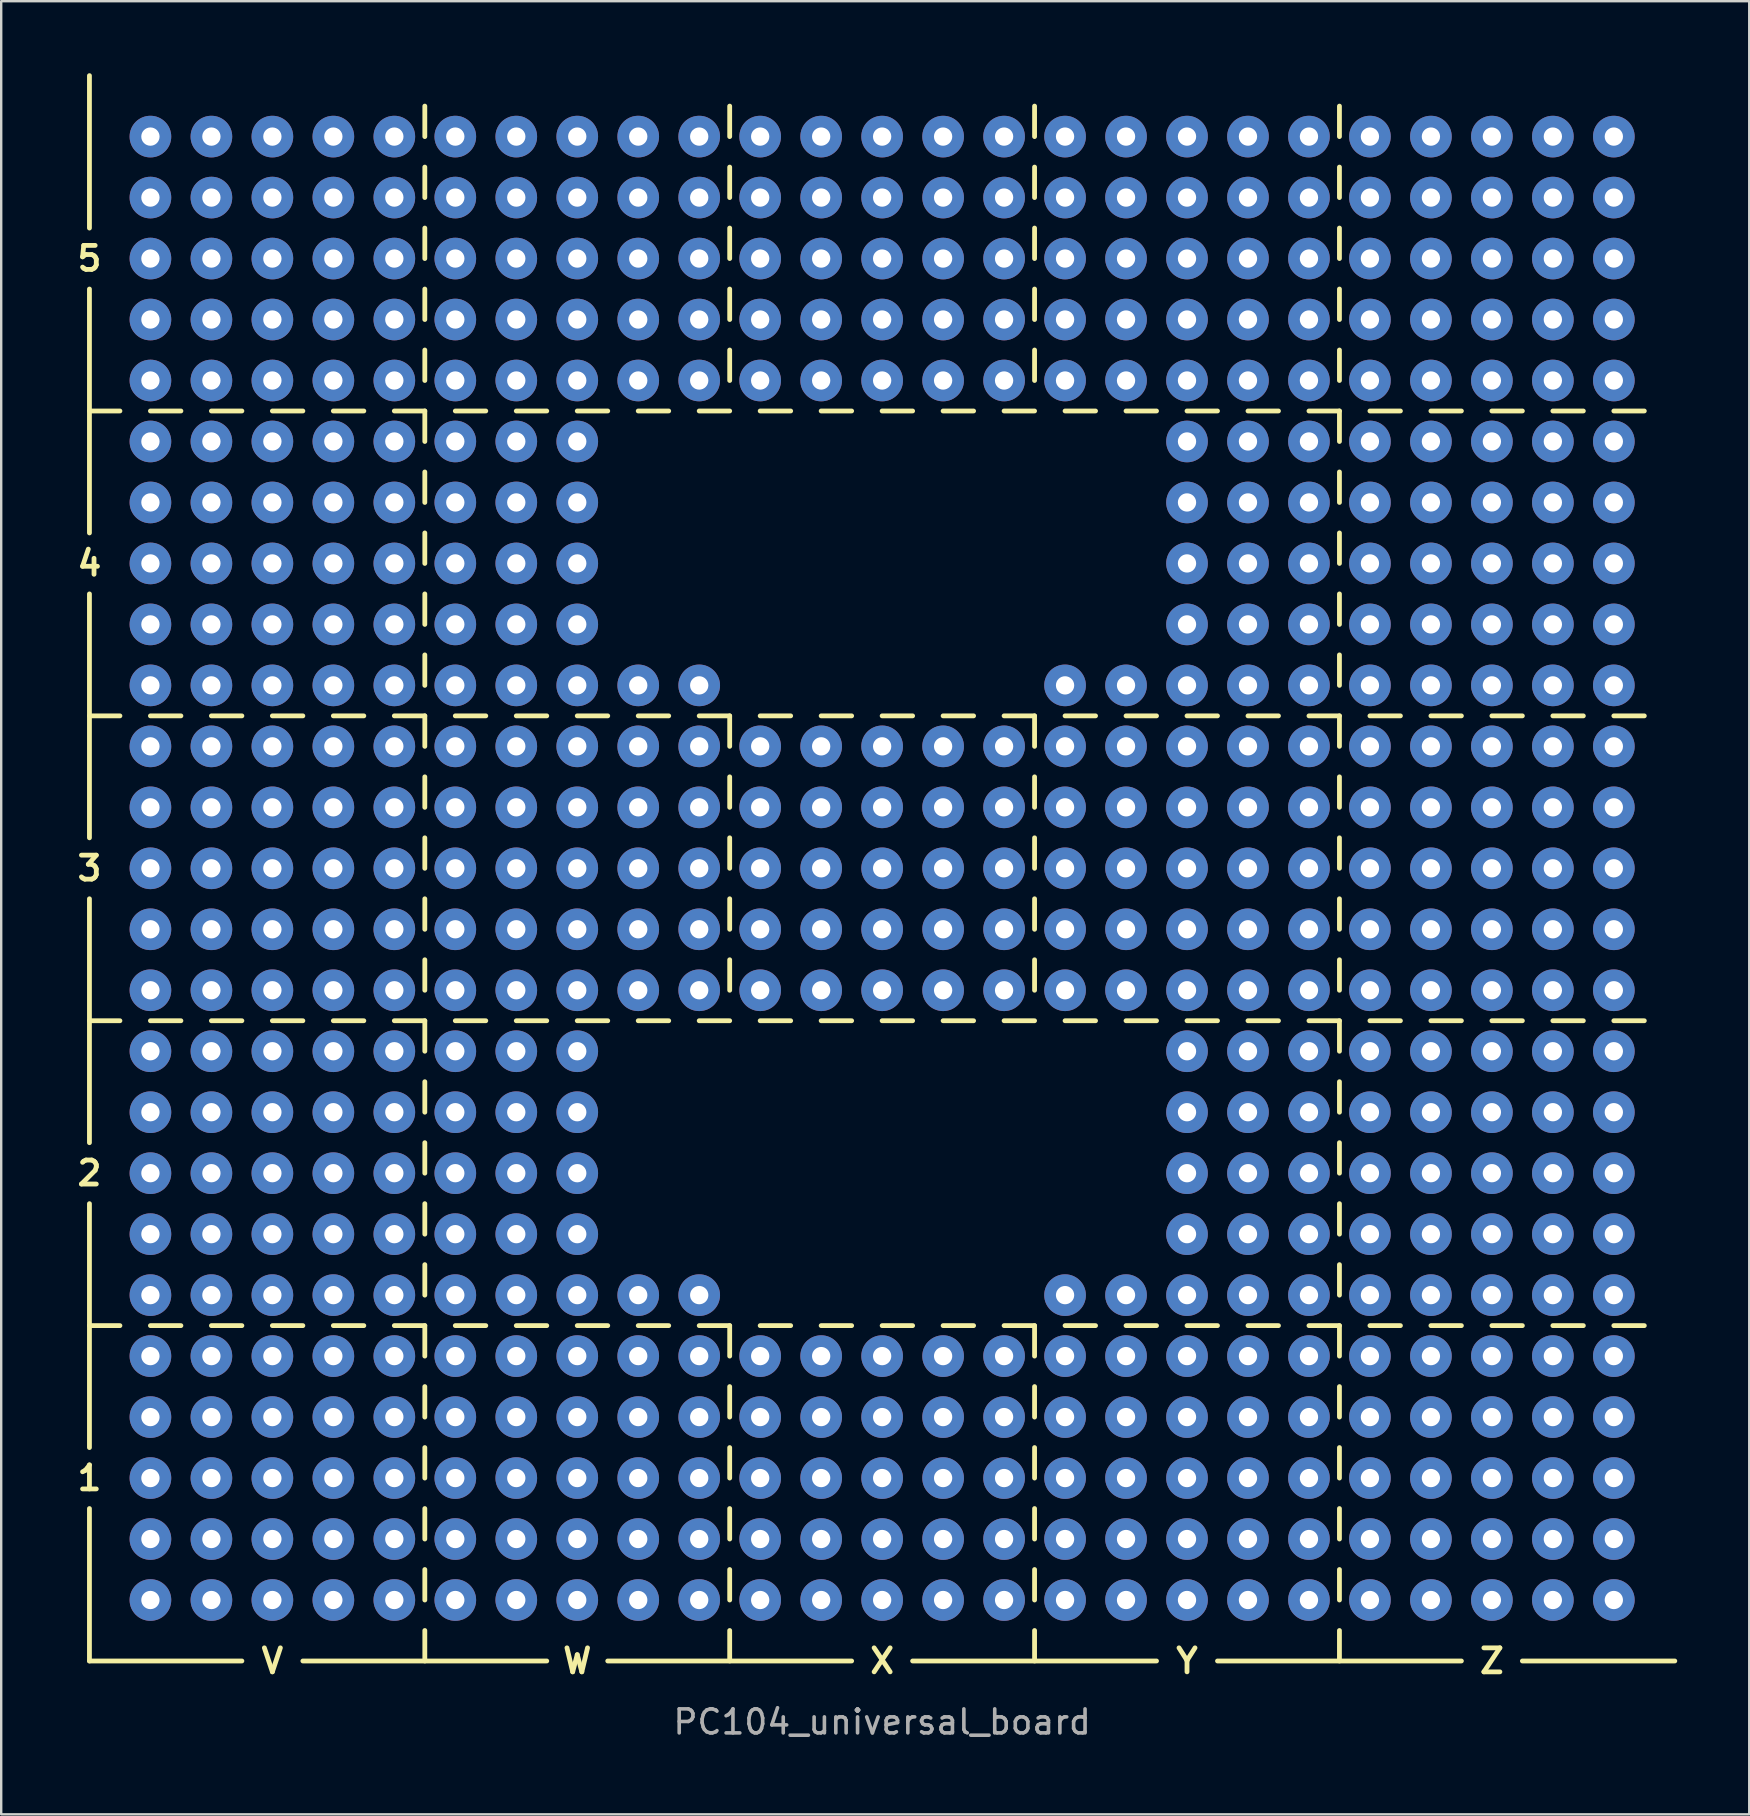
<source format=kicad_pcb>
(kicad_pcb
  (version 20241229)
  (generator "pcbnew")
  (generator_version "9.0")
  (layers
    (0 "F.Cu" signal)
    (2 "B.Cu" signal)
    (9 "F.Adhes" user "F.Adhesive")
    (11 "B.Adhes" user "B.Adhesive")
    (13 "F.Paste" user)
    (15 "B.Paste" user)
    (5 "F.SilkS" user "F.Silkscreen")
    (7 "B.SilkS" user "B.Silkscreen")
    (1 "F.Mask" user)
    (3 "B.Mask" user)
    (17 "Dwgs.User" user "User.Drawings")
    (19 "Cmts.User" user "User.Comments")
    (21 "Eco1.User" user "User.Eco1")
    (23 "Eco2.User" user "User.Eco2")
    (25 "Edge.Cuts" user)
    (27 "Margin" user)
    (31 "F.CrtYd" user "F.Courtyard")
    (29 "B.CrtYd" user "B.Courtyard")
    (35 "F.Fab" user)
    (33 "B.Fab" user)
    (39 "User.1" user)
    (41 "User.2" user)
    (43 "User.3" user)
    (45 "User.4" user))
  (footprint "PC104_universal_board"
    (layer "F.Cu")
    (at 0.676 66.14)
    (property "Reference" "PC104_universal_board" (at 33.02 2.54 0) (layer "F.Fab") (effects (font (size 1 1) (thickness 0.15))))
    (attr through_hole)
    (fp_line (start 0 -59.69) (end 0 -66.04) (stroke (width 0.2) (type solid)) (layer "F.SilkS"))
    (fp_line (start 0 -57.15) (end 0 -46.99) (stroke (width 0.2) (type solid)) (layer "F.SilkS"))
    (fp_line (start 0 -52.07) (end 1.27 -52.07) (stroke (width 0.2) (type solid)) (layer "F.SilkS"))
    (fp_line (start 0 -44.45) (end 0 -34.29) (stroke (width 0.2) (type solid)) (layer "F.SilkS"))
    (fp_line (start 0 -39.37) (end 1.27 -39.37) (stroke (width 0.2) (type solid)) (layer "F.SilkS"))
    (fp_line (start 0 -31.75) (end 0 -21.59) (stroke (width 0.2) (type solid)) (layer "F.SilkS"))
    (fp_line (start 0 -26.67) (end 1.27 -26.67) (stroke (width 0.2) (type solid)) (layer "F.SilkS"))
    (fp_line (start 0 -19.05) (end 0 -8.89) (stroke (width 0.2) (type solid)) (layer "F.SilkS"))
    (fp_line (start 0 -13.97) (end 1.27 -13.97) (stroke (width 0.2) (type solid)) (layer "F.SilkS"))
    (fp_line (start 0 -6.35) (end 0 0) (stroke (width 0.2) (type solid)) (layer "F.SilkS"))
    (fp_line (start 0 0) (end 6.35 0) (stroke (width 0.2) (type solid)) (layer "F.SilkS"))
    (fp_line (start 2.54 -52.07) (end 3.81 -52.07) (stroke (width 0.2) (type solid)) (layer "F.SilkS"))
    (fp_line (start 2.54 -39.37) (end 3.81 -39.37) (stroke (width 0.2) (type solid)) (layer "F.SilkS"))
    (fp_line (start 2.54 -26.67) (end 3.81 -26.67) (stroke (width 0.2) (type solid)) (layer "F.SilkS"))
    (fp_line (start 2.54 -13.97) (end 3.81 -13.97) (stroke (width 0.2) (type solid)) (layer "F.SilkS"))
    (fp_line (start 5.08 -52.07) (end 6.35 -52.07) (stroke (width 0.2) (type solid)) (layer "F.SilkS"))
    (fp_line (start 5.08 -39.37) (end 6.35 -39.37) (stroke (width 0.2) (type solid)) (layer "F.SilkS"))
    (fp_line (start 5.08 -26.67) (end 6.35 -26.67) (stroke (width 0.2) (type solid)) (layer "F.SilkS"))
    (fp_line (start 5.08 -13.97) (end 6.35 -13.97) (stroke (width 0.2) (type solid)) (layer "F.SilkS"))
    (fp_line (start 7.62 -52.07) (end 8.89 -52.07) (stroke (width 0.2) (type solid)) (layer "F.SilkS"))
    (fp_line (start 7.62 -39.37) (end 8.89 -39.37) (stroke (width 0.2) (type solid)) (layer "F.SilkS"))
    (fp_line (start 7.62 -26.67) (end 8.89 -26.67) (stroke (width 0.2) (type solid)) (layer "F.SilkS"))
    (fp_line (start 7.62 -13.97) (end 8.89 -13.97) (stroke (width 0.2) (type solid)) (layer "F.SilkS"))
    (fp_line (start 8.89 0) (end 19.05 0) (stroke (width 0.2) (type solid)) (layer "F.SilkS"))
    (fp_line (start 10.16 -52.07) (end 11.43 -52.07) (stroke (width 0.2) (type solid)) (layer "F.SilkS"))
    (fp_line (start 10.16 -39.37) (end 11.43 -39.37) (stroke (width 0.2) (type solid)) (layer "F.SilkS"))
    (fp_line (start 10.16 -26.67) (end 11.43 -26.67) (stroke (width 0.2) (type solid)) (layer "F.SilkS"))
    (fp_line (start 10.16 -13.97) (end 11.43 -13.97) (stroke (width 0.2) (type solid)) (layer "F.SilkS"))
    (fp_line (start 12.7 -52.07) (end 13.97 -52.07) (stroke (width 0.2) (type solid)) (layer "F.SilkS"))
    (fp_line (start 12.7 -39.37) (end 13.97 -39.37) (stroke (width 0.2) (type solid)) (layer "F.SilkS"))
    (fp_line (start 12.7 -26.67) (end 13.97 -26.67) (stroke (width 0.2) (type solid)) (layer "F.SilkS"))
    (fp_line (start 12.7 -13.97) (end 13.97 -13.97) (stroke (width 0.2) (type solid)) (layer "F.SilkS"))
    (fp_line (start 13.97 -63.5) (end 13.97 -64.77) (stroke (width 0.2) (type solid)) (layer "F.SilkS"))
    (fp_line (start 13.97 -60.96) (end 13.97 -62.23) (stroke (width 0.2) (type solid)) (layer "F.SilkS"))
    (fp_line (start 13.97 -58.42) (end 13.97 -59.69) (stroke (width 0.2) (type solid)) (layer "F.SilkS"))
    (fp_line (start 13.97 -55.88) (end 13.97 -57.15) (stroke (width 0.2) (type solid)) (layer "F.SilkS"))
    (fp_line (start 13.97 -53.34) (end 13.97 -54.61) (stroke (width 0.2) (type solid)) (layer "F.SilkS"))
    (fp_line (start 13.97 -50.8) (end 13.97 -52.07) (stroke (width 0.2) (type solid)) (layer "F.SilkS"))
    (fp_line (start 13.97 -48.26) (end 13.97 -49.53) (stroke (width 0.2) (type solid)) (layer "F.SilkS"))
    (fp_line (start 13.97 -45.72) (end 13.97 -46.99) (stroke (width 0.2) (type solid)) (layer "F.SilkS"))
    (fp_line (start 13.97 -43.18) (end 13.97 -44.45) (stroke (width 0.2) (type solid)) (layer "F.SilkS"))
    (fp_line (start 13.97 -40.64) (end 13.97 -41.91) (stroke (width 0.2) (type solid)) (layer "F.SilkS"))
    (fp_line (start 13.97 -38.1) (end 13.97 -39.37) (stroke (width 0.2) (type solid)) (layer "F.SilkS"))
    (fp_line (start 13.97 -35.56) (end 13.97 -36.83) (stroke (width 0.2) (type solid)) (layer "F.SilkS"))
    (fp_line (start 13.97 -33.02) (end 13.97 -34.29) (stroke (width 0.2) (type solid)) (layer "F.SilkS"))
    (fp_line (start 13.97 -30.48) (end 13.97 -31.75) (stroke (width 0.2) (type solid)) (layer "F.SilkS"))
    (fp_line (start 13.97 -27.94) (end 13.97 -29.21) (stroke (width 0.2) (type solid)) (layer "F.SilkS"))
    (fp_line (start 13.97 -25.4) (end 13.97 -26.67) (stroke (width 0.2) (type solid)) (layer "F.SilkS"))
    (fp_line (start 13.97 -22.86) (end 13.97 -24.13) (stroke (width 0.2) (type solid)) (layer "F.SilkS"))
    (fp_line (start 13.97 -20.32) (end 13.97 -21.59) (stroke (width 0.2) (type solid)) (layer "F.SilkS"))
    (fp_line (start 13.97 -17.78) (end 13.97 -19.05) (stroke (width 0.2) (type solid)) (layer "F.SilkS"))
    (fp_line (start 13.97 -15.24) (end 13.97 -16.51) (stroke (width 0.2) (type solid)) (layer "F.SilkS"))
    (fp_line (start 13.97 -12.7) (end 13.97 -13.97) (stroke (width 0.2) (type solid)) (layer "F.SilkS"))
    (fp_line (start 13.97 -10.16) (end 13.97 -11.43) (stroke (width 0.2) (type solid)) (layer "F.SilkS"))
    (fp_line (start 13.97 -7.62) (end 13.97 -8.89) (stroke (width 0.2) (type solid)) (layer "F.SilkS"))
    (fp_line (start 13.97 -5.08) (end 13.97 -6.35) (stroke (width 0.2) (type solid)) (layer "F.SilkS"))
    (fp_line (start 13.97 -2.54) (end 13.97 -3.81) (stroke (width 0.2) (type solid)) (layer "F.SilkS"))
    (fp_line (start 13.97 0) (end 13.97 -1.27) (stroke (width 0.2) (type solid)) (layer "F.SilkS"))
    (fp_line (start 15.24 -52.07) (end 16.51 -52.07) (stroke (width 0.2) (type solid)) (layer "F.SilkS"))
    (fp_line (start 15.24 -39.37) (end 16.51 -39.37) (stroke (width 0.2) (type solid)) (layer "F.SilkS"))
    (fp_line (start 15.24 -26.67) (end 16.51 -26.67) (stroke (width 0.2) (type solid)) (layer "F.SilkS"))
    (fp_line (start 15.24 -13.97) (end 16.51 -13.97) (stroke (width 0.2) (type solid)) (layer "F.SilkS"))
    (fp_line (start 17.78 -52.07) (end 19.05 -52.07) (stroke (width 0.2) (type solid)) (layer "F.SilkS"))
    (fp_line (start 17.78 -39.37) (end 19.05 -39.37) (stroke (width 0.2) (type solid)) (layer "F.SilkS"))
    (fp_line (start 17.78 -26.67) (end 19.05 -26.67) (stroke (width 0.2) (type solid)) (layer "F.SilkS"))
    (fp_line (start 17.78 -13.97) (end 19.05 -13.97) (stroke (width 0.2) (type solid)) (layer "F.SilkS"))
    (fp_line (start 20.32 -52.07) (end 21.59 -52.07) (stroke (width 0.2) (type solid)) (layer "F.SilkS"))
    (fp_line (start 20.32 -39.37) (end 21.59 -39.37) (stroke (width 0.2) (type solid)) (layer "F.SilkS"))
    (fp_line (start 20.32 -26.67) (end 21.59 -26.67) (stroke (width 0.2) (type solid)) (layer "F.SilkS"))
    (fp_line (start 20.32 -13.97) (end 21.59 -13.97) (stroke (width 0.2) (type solid)) (layer "F.SilkS"))
    (fp_line (start 21.59 0) (end 31.75 0) (stroke (width 0.2) (type solid)) (layer "F.SilkS"))
    (fp_line (start 22.86 -52.07) (end 24.13 -52.07) (stroke (width 0.2) (type solid)) (layer "F.SilkS"))
    (fp_line (start 22.86 -39.37) (end 24.13 -39.37) (stroke (width 0.2) (type solid)) (layer "F.SilkS"))
    (fp_line (start 22.86 -26.67) (end 24.13 -26.67) (stroke (width 0.2) (type solid)) (layer "F.SilkS"))
    (fp_line (start 22.86 -13.97) (end 24.13 -13.97) (stroke (width 0.2) (type solid)) (layer "F.SilkS"))
    (fp_line (start 25.4 -52.07) (end 26.67 -52.07) (stroke (width 0.2) (type solid)) (layer "F.SilkS"))
    (fp_line (start 25.4 -39.37) (end 26.67 -39.37) (stroke (width 0.2) (type solid)) (layer "F.SilkS"))
    (fp_line (start 25.4 -26.67) (end 26.67 -26.67) (stroke (width 0.2) (type solid)) (layer "F.SilkS"))
    (fp_line (start 25.4 -13.97) (end 26.67 -13.97) (stroke (width 0.2) (type solid)) (layer "F.SilkS"))
    (fp_line (start 26.67 -63.5) (end 26.67 -64.77) (stroke (width 0.2) (type solid)) (layer "F.SilkS"))
    (fp_line (start 26.67 -60.96) (end 26.67 -62.23) (stroke (width 0.2) (type solid)) (layer "F.SilkS"))
    (fp_line (start 26.67 -58.42) (end 26.67 -59.69) (stroke (width 0.2) (type solid)) (layer "F.SilkS"))
    (fp_line (start 26.67 -55.88) (end 26.67 -57.15) (stroke (width 0.2) (type solid)) (layer "F.SilkS"))
    (fp_line (start 26.67 -53.34) (end 26.67 -54.61) (stroke (width 0.2) (type solid)) (layer "F.SilkS"))
    (fp_line (start 26.67 -38.1) (end 26.67 -39.37) (stroke (width 0.2) (type solid)) (layer "F.SilkS"))
    (fp_line (start 26.67 -35.56) (end 26.67 -36.83) (stroke (width 0.2) (type solid)) (layer "F.SilkS"))
    (fp_line (start 26.67 -33.02) (end 26.67 -34.29) (stroke (width 0.2) (type solid)) (layer "F.SilkS"))
    (fp_line (start 26.67 -30.48) (end 26.67 -31.75) (stroke (width 0.2) (type solid)) (layer "F.SilkS"))
    (fp_line (start 26.67 -27.94) (end 26.67 -29.21) (stroke (width 0.2) (type solid)) (layer "F.SilkS"))
    (fp_line (start 26.67 -12.7) (end 26.67 -13.97) (stroke (width 0.2) (type solid)) (layer "F.SilkS"))
    (fp_line (start 26.67 -10.16) (end 26.67 -11.43) (stroke (width 0.2) (type solid)) (layer "F.SilkS"))
    (fp_line (start 26.67 -7.62) (end 26.67 -8.89) (stroke (width 0.2) (type solid)) (layer "F.SilkS"))
    (fp_line (start 26.67 -5.08) (end 26.67 -6.35) (stroke (width 0.2) (type solid)) (layer "F.SilkS"))
    (fp_line (start 26.67 -2.54) (end 26.67 -3.81) (stroke (width 0.2) (type solid)) (layer "F.SilkS"))
    (fp_line (start 26.67 0) (end 26.67 -1.27) (stroke (width 0.2) (type solid)) (layer "F.SilkS"))
    (fp_line (start 27.94 -52.07) (end 29.21 -52.07) (stroke (width 0.2) (type solid)) (layer "F.SilkS"))
    (fp_line (start 27.94 -39.37) (end 29.21 -39.37) (stroke (width 0.2) (type solid)) (layer "F.SilkS"))
    (fp_line (start 27.94 -26.67) (end 29.21 -26.67) (stroke (width 0.2) (type solid)) (layer "F.SilkS"))
    (fp_line (start 27.94 -13.97) (end 29.21 -13.97) (stroke (width 0.2) (type solid)) (layer "F.SilkS"))
    (fp_line (start 30.48 -52.07) (end 31.75 -52.07) (stroke (width 0.2) (type solid)) (layer "F.SilkS"))
    (fp_line (start 30.48 -39.37) (end 31.75 -39.37) (stroke (width 0.2) (type solid)) (layer "F.SilkS"))
    (fp_line (start 30.48 -26.67) (end 31.75 -26.67) (stroke (width 0.2) (type solid)) (layer "F.SilkS"))
    (fp_line (start 30.48 -13.97) (end 31.75 -13.97) (stroke (width 0.2) (type solid)) (layer "F.SilkS"))
    (fp_line (start 33.02 -52.07) (end 34.29 -52.07) (stroke (width 0.2) (type solid)) (layer "F.SilkS"))
    (fp_line (start 33.02 -39.37) (end 34.29 -39.37) (stroke (width 0.2) (type solid)) (layer "F.SilkS"))
    (fp_line (start 33.02 -26.67) (end 34.29 -26.67) (stroke (width 0.2) (type solid)) (layer "F.SilkS"))
    (fp_line (start 33.02 -13.97) (end 34.29 -13.97) (stroke (width 0.2) (type solid)) (layer "F.SilkS"))
    (fp_line (start 35.56 -52.07) (end 36.83 -52.07) (stroke (width 0.2) (type solid)) (layer "F.SilkS"))
    (fp_line (start 35.56 -39.37) (end 36.83 -39.37) (stroke (width 0.2) (type solid)) (layer "F.SilkS"))
    (fp_line (start 35.56 -26.67) (end 36.83 -26.67) (stroke (width 0.2) (type solid)) (layer "F.SilkS"))
    (fp_line (start 35.56 -13.97) (end 36.83 -13.97) (stroke (width 0.2) (type solid)) (layer "F.SilkS"))
    (fp_line (start 38.1 -52.07) (end 39.37 -52.07) (stroke (width 0.2) (type solid)) (layer "F.SilkS"))
    (fp_line (start 38.1 -39.37) (end 39.37 -39.37) (stroke (width 0.2) (type solid)) (layer "F.SilkS"))
    (fp_line (start 38.1 -26.67) (end 39.37 -26.67) (stroke (width 0.2) (type solid)) (layer "F.SilkS"))
    (fp_line (start 38.1 -13.97) (end 39.37 -13.97) (stroke (width 0.2) (type solid)) (layer "F.SilkS"))
    (fp_line (start 39.37 -63.5) (end 39.37 -64.77) (stroke (width 0.2) (type solid)) (layer "F.SilkS"))
    (fp_line (start 39.37 -60.96) (end 39.37 -62.23) (stroke (width 0.2) (type solid)) (layer "F.SilkS"))
    (fp_line (start 39.37 -58.42) (end 39.37 -59.69) (stroke (width 0.2) (type solid)) (layer "F.SilkS"))
    (fp_line (start 39.37 -55.88) (end 39.37 -57.15) (stroke (width 0.2) (type solid)) (layer "F.SilkS"))
    (fp_line (start 39.37 -53.34) (end 39.37 -54.61) (stroke (width 0.2) (type solid)) (layer "F.SilkS"))
    (fp_line (start 39.37 -38.1) (end 39.37 -39.37) (stroke (width 0.2) (type solid)) (layer "F.SilkS"))
    (fp_line (start 39.37 -35.56) (end 39.37 -36.83) (stroke (width 0.2) (type solid)) (layer "F.SilkS"))
    (fp_line (start 39.37 -33.02) (end 39.37 -34.29) (stroke (width 0.2) (type solid)) (layer "F.SilkS"))
    (fp_line (start 39.37 -30.48) (end 39.37 -31.75) (stroke (width 0.2) (type solid)) (layer "F.SilkS"))
    (fp_line (start 39.37 -27.94) (end 39.37 -29.21) (stroke (width 0.2) (type solid)) (layer "F.SilkS"))
    (fp_line (start 39.37 -12.7) (end 39.37 -13.97) (stroke (width 0.2) (type solid)) (layer "F.SilkS"))
    (fp_line (start 39.37 -10.16) (end 39.37 -11.43) (stroke (width 0.2) (type solid)) (layer "F.SilkS"))
    (fp_line (start 39.37 -7.62) (end 39.37 -8.89) (stroke (width 0.2) (type solid)) (layer "F.SilkS"))
    (fp_line (start 39.37 -5.08) (end 39.37 -6.35) (stroke (width 0.2) (type solid)) (layer "F.SilkS"))
    (fp_line (start 39.37 -2.54) (end 39.37 -3.81) (stroke (width 0.2) (type solid)) (layer "F.SilkS"))
    (fp_line (start 39.37 0) (end 39.37 -1.27) (stroke (width 0.2) (type solid)) (layer "F.SilkS"))
    (fp_line (start 40.64 -52.07) (end 41.91 -52.07) (stroke (width 0.2) (type solid)) (layer "F.SilkS"))
    (fp_line (start 40.64 -39.37) (end 41.91 -39.37) (stroke (width 0.2) (type solid)) (layer "F.SilkS"))
    (fp_line (start 40.64 -26.67) (end 41.91 -26.67) (stroke (width 0.2) (type solid)) (layer "F.SilkS"))
    (fp_line (start 40.64 -13.97) (end 41.91 -13.97) (stroke (width 0.2) (type solid)) (layer "F.SilkS"))
    (fp_line (start 43.18 -52.07) (end 44.45 -52.07) (stroke (width 0.2) (type solid)) (layer "F.SilkS"))
    (fp_line (start 43.18 -39.37) (end 44.45 -39.37) (stroke (width 0.2) (type solid)) (layer "F.SilkS"))
    (fp_line (start 43.18 -26.67) (end 44.45 -26.67) (stroke (width 0.2) (type solid)) (layer "F.SilkS"))
    (fp_line (start 43.18 -13.97) (end 44.45 -13.97) (stroke (width 0.2) (type solid)) (layer "F.SilkS"))
    (fp_line (start 44.45 0) (end 34.29 0) (stroke (width 0.2) (type solid)) (layer "F.SilkS"))
    (fp_line (start 45.72 -52.07) (end 46.99 -52.07) (stroke (width 0.2) (type solid)) (layer "F.SilkS"))
    (fp_line (start 45.72 -39.37) (end 46.99 -39.37) (stroke (width 0.2) (type solid)) (layer "F.SilkS"))
    (fp_line (start 45.72 -26.67) (end 46.99 -26.67) (stroke (width 0.2) (type solid)) (layer "F.SilkS"))
    (fp_line (start 45.72 -13.97) (end 46.99 -13.97) (stroke (width 0.2) (type solid)) (layer "F.SilkS"))
    (fp_line (start 46.99 0) (end 57.15 0) (stroke (width 0.2) (type solid)) (layer "F.SilkS"))
    (fp_line (start 48.26 -52.07) (end 49.53 -52.07) (stroke (width 0.2) (type solid)) (layer "F.SilkS"))
    (fp_line (start 48.26 -39.37) (end 49.53 -39.37) (stroke (width 0.2) (type solid)) (layer "F.SilkS"))
    (fp_line (start 48.26 -26.67) (end 49.53 -26.67) (stroke (width 0.2) (type solid)) (layer "F.SilkS"))
    (fp_line (start 48.26 -13.97) (end 49.53 -13.97) (stroke (width 0.2) (type solid)) (layer "F.SilkS"))
    (fp_line (start 50.8 -52.07) (end 52.07 -52.07) (stroke (width 0.2) (type solid)) (layer "F.SilkS"))
    (fp_line (start 50.8 -39.37) (end 52.07 -39.37) (stroke (width 0.2) (type solid)) (layer "F.SilkS"))
    (fp_line (start 50.8 -26.67) (end 52.07 -26.67) (stroke (width 0.2) (type solid)) (layer "F.SilkS"))
    (fp_line (start 50.8 -13.97) (end 52.07 -13.97) (stroke (width 0.2) (type solid)) (layer "F.SilkS"))
    (fp_line (start 52.07 -63.5) (end 52.07 -64.77) (stroke (width 0.2) (type solid)) (layer "F.SilkS"))
    (fp_line (start 52.07 -60.96) (end 52.07 -62.23) (stroke (width 0.2) (type solid)) (layer "F.SilkS"))
    (fp_line (start 52.07 -58.42) (end 52.07 -59.69) (stroke (width 0.2) (type solid)) (layer "F.SilkS"))
    (fp_line (start 52.07 -55.88) (end 52.07 -57.15) (stroke (width 0.2) (type solid)) (layer "F.SilkS"))
    (fp_line (start 52.07 -53.34) (end 52.07 -54.61) (stroke (width 0.2) (type solid)) (layer "F.SilkS"))
    (fp_line (start 52.07 -50.8) (end 52.07 -52.07) (stroke (width 0.2) (type solid)) (layer "F.SilkS"))
    (fp_line (start 52.07 -48.26) (end 52.07 -49.53) (stroke (width 0.2) (type solid)) (layer "F.SilkS"))
    (fp_line (start 52.07 -45.72) (end 52.07 -46.99) (stroke (width 0.2) (type solid)) (layer "F.SilkS"))
    (fp_line (start 52.07 -43.18) (end 52.07 -44.45) (stroke (width 0.2) (type solid)) (layer "F.SilkS"))
    (fp_line (start 52.07 -40.64) (end 52.07 -41.91) (stroke (width 0.2) (type solid)) (layer "F.SilkS"))
    (fp_line (start 52.07 -38.1) (end 52.07 -39.37) (stroke (width 0.2) (type solid)) (layer "F.SilkS"))
    (fp_line (start 52.07 -35.56) (end 52.07 -36.83) (stroke (width 0.2) (type solid)) (layer "F.SilkS"))
    (fp_line (start 52.07 -33.02) (end 52.07 -34.29) (stroke (width 0.2) (type solid)) (layer "F.SilkS"))
    (fp_line (start 52.07 -30.48) (end 52.07 -31.75) (stroke (width 0.2) (type solid)) (layer "F.SilkS"))
    (fp_line (start 52.07 -27.94) (end 52.07 -29.21) (stroke (width 0.2) (type solid)) (layer "F.SilkS"))
    (fp_line (start 52.07 -25.4) (end 52.07 -26.67) (stroke (width 0.2) (type solid)) (layer "F.SilkS"))
    (fp_line (start 52.07 -22.86) (end 52.07 -24.13) (stroke (width 0.2) (type solid)) (layer "F.SilkS"))
    (fp_line (start 52.07 -20.32) (end 52.07 -21.59) (stroke (width 0.2) (type solid)) (layer "F.SilkS"))
    (fp_line (start 52.07 -17.78) (end 52.07 -19.05) (stroke (width 0.2) (type solid)) (layer "F.SilkS"))
    (fp_line (start 52.07 -15.24) (end 52.07 -16.51) (stroke (width 0.2) (type solid)) (layer "F.SilkS"))
    (fp_line (start 52.07 -12.7) (end 52.07 -13.97) (stroke (width 0.2) (type solid)) (layer "F.SilkS"))
    (fp_line (start 52.07 -10.16) (end 52.07 -11.43) (stroke (width 0.2) (type solid)) (layer "F.SilkS"))
    (fp_line (start 52.07 -7.62) (end 52.07 -8.89) (stroke (width 0.2) (type solid)) (layer "F.SilkS"))
    (fp_line (start 52.07 -5.08) (end 52.07 -6.35) (stroke (width 0.2) (type solid)) (layer "F.SilkS"))
    (fp_line (start 52.07 -2.54) (end 52.07 -3.81) (stroke (width 0.2) (type solid)) (layer "F.SilkS"))
    (fp_line (start 52.07 0) (end 52.07 -1.27) (stroke (width 0.2) (type solid)) (layer "F.SilkS"))
    (fp_line (start 53.34 -52.07) (end 54.61 -52.07) (stroke (width 0.2) (type solid)) (layer "F.SilkS"))
    (fp_line (start 53.34 -39.37) (end 54.61 -39.37) (stroke (width 0.2) (type solid)) (layer "F.SilkS"))
    (fp_line (start 53.34 -26.67) (end 54.61 -26.67) (stroke (width 0.2) (type solid)) (layer "F.SilkS"))
    (fp_line (start 53.34 -13.97) (end 54.61 -13.97) (stroke (width 0.2) (type solid)) (layer "F.SilkS"))
    (fp_line (start 55.88 -52.07) (end 57.15 -52.07) (stroke (width 0.2) (type solid)) (layer "F.SilkS"))
    (fp_line (start 55.88 -39.37) (end 57.15 -39.37) (stroke (width 0.2) (type solid)) (layer "F.SilkS"))
    (fp_line (start 55.88 -26.67) (end 57.15 -26.67) (stroke (width 0.2) (type solid)) (layer "F.SilkS"))
    (fp_line (start 55.88 -13.97) (end 57.15 -13.97) (stroke (width 0.2) (type solid)) (layer "F.SilkS"))
    (fp_line (start 58.42 -52.07) (end 59.69 -52.07) (stroke (width 0.2) (type solid)) (layer "F.SilkS"))
    (fp_line (start 58.42 -39.37) (end 59.69 -39.37) (stroke (width 0.2) (type solid)) (layer "F.SilkS"))
    (fp_line (start 58.42 -26.67) (end 59.69 -26.67) (stroke (width 0.2) (type solid)) (layer "F.SilkS"))
    (fp_line (start 58.42 -13.97) (end 59.69 -13.97) (stroke (width 0.2) (type solid)) (layer "F.SilkS"))
    (fp_line (start 59.69 0) (end 66.04 0) (stroke (width 0.2) (type solid)) (layer "F.SilkS"))
    (fp_line (start 60.96 -52.07) (end 62.23 -52.07) (stroke (width 0.2) (type solid)) (layer "F.SilkS"))
    (fp_line (start 60.96 -39.37) (end 62.23 -39.37) (stroke (width 0.2) (type solid)) (layer "F.SilkS"))
    (fp_line (start 60.96 -26.67) (end 62.23 -26.67) (stroke (width 0.2) (type solid)) (layer "F.SilkS"))
    (fp_line (start 60.96 -13.97) (end 62.23 -13.97) (stroke (width 0.2) (type solid)) (layer "F.SilkS"))
    (fp_line (start 63.5 -52.07) (end 64.77 -52.07) (stroke (width 0.2) (type solid)) (layer "F.SilkS"))
    (fp_line (start 63.5 -39.37) (end 64.77 -39.37) (stroke (width 0.2) (type solid)) (layer "F.SilkS"))
    (fp_line (start 63.5 -26.67) (end 64.77 -26.67) (stroke (width 0.2) (type solid)) (layer "F.SilkS"))
    (fp_line (start 63.5 -13.97) (end 64.77 -13.97) (stroke (width 0.2) (type solid)) (layer "F.SilkS"))
    (fp_text user "Z" (at 58.42 0 0) (layer "F.SilkS") (effects (font (size 1 1) (thickness 0.2))))
    (fp_text user "W" (at 20.32 0 0) (layer "F.SilkS") (effects (font (size 1 1) (thickness 0.2))))
    (fp_text user "Y" (at 45.72 0 0) (layer "F.SilkS") (effects (font (size 1 1) (thickness 0.2))))
    (fp_text user "5" (at 0 -58.42 0) (layer "F.SilkS") (effects (font (size 1 1) (thickness 0.2))))
    (fp_text user "X" (at 33.02 0 0) (layer "F.SilkS") (effects (font (size 1 1) (thickness 0.2))))
    (fp_text user "1" (at 0 -7.62 0) (layer "F.SilkS") (effects (font (size 1 1) (thickness 0.2))))
    (fp_text user "3" (at 0 -33.02 0) (layer "F.SilkS") (effects (font (size 1 1) (thickness 0.2))))
    (fp_text user "V" (at 7.62 0 0) (layer "F.SilkS") (effects (font (size 1 1) (thickness 0.2))))
    (fp_text user "4" (at 0 -45.72 0) (layer "F.SilkS") (effects (font (size 1 1) (thickness 0.2))))
    (fp_text user "2" (at 0 -20.32 0) (layer "F.SilkS") (effects (font (size 1 1) (thickness 0.2))))
    (pad "1" thru_hole circle (at 2.54 -63.5) (size 1.735 1.735) (drill 0.762) (layers "*.Cu" "*.Mask"))
    (pad "2" thru_hole circle (at 5.08 -63.5) (size 1.735 1.735) (drill 0.762) (layers "*.Cu" "*.Mask"))
    (pad "3" thru_hole circle (at 7.62 -63.5) (size 1.735 1.735) (drill 0.762) (layers "*.Cu" "*.Mask"))
    (pad "4" thru_hole circle (at 10.16 -63.5) (size 1.735 1.735) (drill 0.762) (layers "*.Cu" "*.Mask"))
    (pad "5" thru_hole circle (at 12.7 -63.5) (size 1.735 1.735) (drill 0.762) (layers "*.Cu" "*.Mask"))
    (pad "6" thru_hole circle (at 15.24 -63.5) (size 1.735 1.735) (drill 0.762) (layers "*.Cu" "*.Mask"))
    (pad "7" thru_hole circle (at 17.78 -63.5) (size 1.735 1.735) (drill 0.762) (layers "*.Cu" "*.Mask"))
    (pad "8" thru_hole circle (at 20.32 -63.5) (size 1.735 1.735) (drill 0.762) (layers "*.Cu" "*.Mask"))
    (pad "9" thru_hole circle (at 22.86 -63.5) (size 1.735 1.735) (drill 0.762) (layers "*.Cu" "*.Mask"))
    (pad "10" thru_hole circle (at 25.4 -63.5) (size 1.735 1.735) (drill 0.762) (layers "*.Cu" "*.Mask"))
    (pad "11" thru_hole circle (at 27.94 -63.5) (size 1.735 1.735) (drill 0.762) (layers "*.Cu" "*.Mask"))
    (pad "12" thru_hole circle (at 30.48 -63.5) (size 1.735 1.735) (drill 0.762) (layers "*.Cu" "*.Mask"))
    (pad "13" thru_hole circle (at 33.02 -63.5) (size 1.735 1.735) (drill 0.762) (layers "*.Cu" "*.Mask"))
    (pad "14" thru_hole circle (at 35.56 -63.5) (size 1.735 1.735) (drill 0.762) (layers "*.Cu" "*.Mask"))
    (pad "15" thru_hole circle (at 38.1 -63.5) (size 1.735 1.735) (drill 0.762) (layers "*.Cu" "*.Mask"))
    (pad "16" thru_hole circle (at 40.64 -63.5) (size 1.735 1.735) (drill 0.762) (layers "*.Cu" "*.Mask"))
    (pad "17" thru_hole circle (at 43.18 -63.5) (size 1.735 1.735) (drill 0.762) (layers "*.Cu" "*.Mask"))
    (pad "18" thru_hole circle (at 45.72 -63.5) (size 1.735 1.735) (drill 0.762) (layers "*.Cu" "*.Mask"))
    (pad "19" thru_hole circle (at 48.26 -63.5) (size 1.735 1.735) (drill 0.762) (layers "*.Cu" "*.Mask"))
    (pad "20" thru_hole circle (at 50.8 -63.5) (size 1.735 1.735) (drill 0.762) (layers "*.Cu" "*.Mask"))
    (pad "21" thru_hole circle (at 53.34 -63.5) (size 1.735 1.735) (drill 0.762) (layers "*.Cu" "*.Mask"))
    (pad "22" thru_hole circle (at 55.88 -63.5) (size 1.735 1.735) (drill 0.762) (layers "*.Cu" "*.Mask"))
    (pad "23" thru_hole circle (at 58.42 -63.5) (size 1.735 1.735) (drill 0.762) (layers "*.Cu" "*.Mask"))
    (pad "24" thru_hole circle (at 60.96 -63.5) (size 1.735 1.735) (drill 0.762) (layers "*.Cu" "*.Mask"))
    (pad "25" thru_hole circle (at 63.5 -63.5) (size 1.735 1.735) (drill 0.762) (layers "*.Cu" "*.Mask"))
    (pad "26" thru_hole circle (at 2.54 -60.96) (size 1.735 1.735) (drill 0.762) (layers "*.Cu" "*.Mask"))
    (pad "27" thru_hole circle (at 5.08 -60.96) (size 1.735 1.735) (drill 0.762) (layers "*.Cu" "*.Mask"))
    (pad "28" thru_hole circle (at 7.62 -60.96) (size 1.735 1.735) (drill 0.762) (layers "*.Cu" "*.Mask"))
    (pad "29" thru_hole circle (at 10.16 -60.96) (size 1.735 1.735) (drill 0.762) (layers "*.Cu" "*.Mask"))
    (pad "30" thru_hole circle (at 12.7 -60.96) (size 1.735 1.735) (drill 0.762) (layers "*.Cu" "*.Mask"))
    (pad "31" thru_hole circle (at 15.24 -60.96) (size 1.735 1.735) (drill 0.762) (layers "*.Cu" "*.Mask"))
    (pad "32" thru_hole circle (at 17.78 -60.96) (size 1.735 1.735) (drill 0.762) (layers "*.Cu" "*.Mask"))
    (pad "33" thru_hole circle (at 20.32 -60.96) (size 1.735 1.735) (drill 0.762) (layers "*.Cu" "*.Mask"))
    (pad "34" thru_hole circle (at 22.86 -60.96) (size 1.735 1.735) (drill 0.762) (layers "*.Cu" "*.Mask"))
    (pad "35" thru_hole circle (at 25.4 -60.96) (size 1.735 1.735) (drill 0.762) (layers "*.Cu" "*.Mask"))
    (pad "36" thru_hole circle (at 27.94 -60.96) (size 1.735 1.735) (drill 0.762) (layers "*.Cu" "*.Mask"))
    (pad "37" thru_hole circle (at 30.48 -60.96) (size 1.735 1.735) (drill 0.762) (layers "*.Cu" "*.Mask"))
    (pad "38" thru_hole circle (at 33.02 -60.96) (size 1.735 1.735) (drill 0.762) (layers "*.Cu" "*.Mask"))
    (pad "39" thru_hole circle (at 35.56 -60.96) (size 1.735 1.735) (drill 0.762) (layers "*.Cu" "*.Mask"))
    (pad "40" thru_hole circle (at 38.1 -60.96) (size 1.735 1.735) (drill 0.762) (layers "*.Cu" "*.Mask"))
    (pad "41" thru_hole circle (at 40.64 -60.96) (size 1.735 1.735) (drill 0.762) (layers "*.Cu" "*.Mask"))
    (pad "42" thru_hole circle (at 43.18 -60.96) (size 1.735 1.735) (drill 0.762) (layers "*.Cu" "*.Mask"))
    (pad "43" thru_hole circle (at 45.72 -60.96) (size 1.735 1.735) (drill 0.762) (layers "*.Cu" "*.Mask"))
    (pad "44" thru_hole circle (at 48.26 -60.96) (size 1.735 1.735) (drill 0.762) (layers "*.Cu" "*.Mask"))
    (pad "45" thru_hole circle (at 50.8 -60.96) (size 1.735 1.735) (drill 0.762) (layers "*.Cu" "*.Mask"))
    (pad "46" thru_hole circle (at 53.34 -60.96) (size 1.735 1.735) (drill 0.762) (layers "*.Cu" "*.Mask"))
    (pad "47" thru_hole circle (at 55.88 -60.96) (size 1.735 1.735) (drill 0.762) (layers "*.Cu" "*.Mask"))
    (pad "48" thru_hole circle (at 58.42 -60.96) (size 1.735 1.735) (drill 0.762) (layers "*.Cu" "*.Mask"))
    (pad "49" thru_hole circle (at 60.96 -60.96) (size 1.735 1.735) (drill 0.762) (layers "*.Cu" "*.Mask"))
    (pad "50" thru_hole circle (at 63.5 -60.96) (size 1.735 1.735) (drill 0.762) (layers "*.Cu" "*.Mask"))
    (pad "51" thru_hole circle (at 2.54 -58.42) (size 1.735 1.735) (drill 0.762) (layers "*.Cu" "*.Mask"))
    (pad "52" thru_hole circle (at 5.08 -58.42) (size 1.735 1.735) (drill 0.762) (layers "*.Cu" "*.Mask"))
    (pad "53" thru_hole circle (at 7.62 -58.42) (size 1.735 1.735) (drill 0.762) (layers "*.Cu" "*.Mask"))
    (pad "54" thru_hole circle (at 10.16 -58.42) (size 1.735 1.735) (drill 0.762) (layers "*.Cu" "*.Mask"))
    (pad "55" thru_hole circle (at 12.7 -58.42) (size 1.735 1.735) (drill 0.762) (layers "*.Cu" "*.Mask"))
    (pad "56" thru_hole circle (at 15.24 -58.42) (size 1.735 1.735) (drill 0.762) (layers "*.Cu" "*.Mask"))
    (pad "57" thru_hole circle (at 17.78 -58.42) (size 1.735 1.735) (drill 0.762) (layers "*.Cu" "*.Mask"))
    (pad "58" thru_hole circle (at 20.32 -58.42) (size 1.735 1.735) (drill 0.762) (layers "*.Cu" "*.Mask"))
    (pad "59" thru_hole circle (at 22.86 -58.42) (size 1.735 1.735) (drill 0.762) (layers "*.Cu" "*.Mask"))
    (pad "60" thru_hole circle (at 25.4 -58.42) (size 1.735 1.735) (drill 0.762) (layers "*.Cu" "*.Mask"))
    (pad "61" thru_hole circle (at 27.94 -58.42) (size 1.735 1.735) (drill 0.762) (layers "*.Cu" "*.Mask"))
    (pad "62" thru_hole circle (at 30.48 -58.42) (size 1.735 1.735) (drill 0.762) (layers "*.Cu" "*.Mask"))
    (pad "63" thru_hole circle (at 33.02 -58.42) (size 1.735 1.735) (drill 0.762) (layers "*.Cu" "*.Mask"))
    (pad "64" thru_hole circle (at 35.56 -58.42) (size 1.735 1.735) (drill 0.762) (layers "*.Cu" "*.Mask"))
    (pad "65" thru_hole circle (at 38.1 -58.42) (size 1.735 1.735) (drill 0.762) (layers "*.Cu" "*.Mask"))
    (pad "66" thru_hole circle (at 40.64 -58.42) (size 1.735 1.735) (drill 0.762) (layers "*.Cu" "*.Mask"))
    (pad "67" thru_hole circle (at 43.18 -58.42) (size 1.735 1.735) (drill 0.762) (layers "*.Cu" "*.Mask"))
    (pad "68" thru_hole circle (at 45.72 -58.42) (size 1.735 1.735) (drill 0.762) (layers "*.Cu" "*.Mask"))
    (pad "69" thru_hole circle (at 48.26 -58.42) (size 1.735 1.735) (drill 0.762) (layers "*.Cu" "*.Mask"))
    (pad "70" thru_hole circle (at 50.8 -58.42) (size 1.735 1.735) (drill 0.762) (layers "*.Cu" "*.Mask"))
    (pad "71" thru_hole circle (at 53.34 -58.42) (size 1.735 1.735) (drill 0.762) (layers "*.Cu" "*.Mask"))
    (pad "72" thru_hole circle (at 55.88 -58.42) (size 1.735 1.735) (drill 0.762) (layers "*.Cu" "*.Mask"))
    (pad "73" thru_hole circle (at 58.42 -58.42) (size 1.735 1.735) (drill 0.762) (layers "*.Cu" "*.Mask"))
    (pad "74" thru_hole circle (at 60.96 -58.42) (size 1.735 1.735) (drill 0.762) (layers "*.Cu" "*.Mask"))
    (pad "75" thru_hole circle (at 63.5 -58.42) (size 1.735 1.735) (drill 0.762) (layers "*.Cu" "*.Mask"))
    (pad "76" thru_hole circle (at 2.54 -55.88) (size 1.735 1.735) (drill 0.762) (layers "*.Cu" "*.Mask"))
    (pad "77" thru_hole circle (at 5.08 -55.88) (size 1.735 1.735) (drill 0.762) (layers "*.Cu" "*.Mask"))
    (pad "78" thru_hole circle (at 7.62 -55.88) (size 1.735 1.735) (drill 0.762) (layers "*.Cu" "*.Mask"))
    (pad "79" thru_hole circle (at 10.16 -55.88) (size 1.735 1.735) (drill 0.762) (layers "*.Cu" "*.Mask"))
    (pad "80" thru_hole circle (at 12.7 -55.88) (size 1.735 1.735) (drill 0.762) (layers "*.Cu" "*.Mask"))
    (pad "81" thru_hole circle (at 15.24 -55.88) (size 1.735 1.735) (drill 0.762) (layers "*.Cu" "*.Mask"))
    (pad "82" thru_hole circle (at 17.78 -55.88) (size 1.735 1.735) (drill 0.762) (layers "*.Cu" "*.Mask"))
    (pad "83" thru_hole circle (at 20.32 -55.88) (size 1.735 1.735) (drill 0.762) (layers "*.Cu" "*.Mask"))
    (pad "84" thru_hole circle (at 22.86 -55.88) (size 1.735 1.735) (drill 0.762) (layers "*.Cu" "*.Mask"))
    (pad "85" thru_hole circle (at 25.4 -55.88) (size 1.735 1.735) (drill 0.762) (layers "*.Cu" "*.Mask"))
    (pad "86" thru_hole circle (at 27.94 -55.88) (size 1.735 1.735) (drill 0.762) (layers "*.Cu" "*.Mask"))
    (pad "87" thru_hole circle (at 30.48 -55.88) (size 1.735 1.735) (drill 0.762) (layers "*.Cu" "*.Mask"))
    (pad "88" thru_hole circle (at 33.02 -55.88) (size 1.735 1.735) (drill 0.762) (layers "*.Cu" "*.Mask"))
    (pad "89" thru_hole circle (at 35.56 -55.88) (size 1.735 1.735) (drill 0.762) (layers "*.Cu" "*.Mask"))
    (pad "90" thru_hole circle (at 38.1 -55.88) (size 1.735 1.735) (drill 0.762) (layers "*.Cu" "*.Mask"))
    (pad "91" thru_hole circle (at 40.64 -55.88) (size 1.735 1.735) (drill 0.762) (layers "*.Cu" "*.Mask"))
    (pad "92" thru_hole circle (at 43.18 -55.88) (size 1.735 1.735) (drill 0.762) (layers "*.Cu" "*.Mask"))
    (pad "93" thru_hole circle (at 45.72 -55.88) (size 1.735 1.735) (drill 0.762) (layers "*.Cu" "*.Mask"))
    (pad "94" thru_hole circle (at 48.26 -55.88) (size 1.735 1.735) (drill 0.762) (layers "*.Cu" "*.Mask"))
    (pad "95" thru_hole circle (at 50.8 -55.88) (size 1.735 1.735) (drill 0.762) (layers "*.Cu" "*.Mask"))
    (pad "96" thru_hole circle (at 53.34 -55.88) (size 1.735 1.735) (drill 0.762) (layers "*.Cu" "*.Mask"))
    (pad "97" thru_hole circle (at 55.88 -55.88) (size 1.735 1.735) (drill 0.762) (layers "*.Cu" "*.Mask"))
    (pad "98" thru_hole circle (at 58.42 -55.88) (size 1.735 1.735) (drill 0.762) (layers "*.Cu" "*.Mask"))
    (pad "99" thru_hole circle (at 60.96 -55.88) (size 1.735 1.735) (drill 0.762) (layers "*.Cu" "*.Mask"))
    (pad "100" thru_hole circle (at 63.5 -55.88) (size 1.735 1.735) (drill 0.762) (layers "*.Cu" "*.Mask"))
    (pad "101" thru_hole circle (at 2.54 -53.34) (size 1.735 1.735) (drill 0.762) (layers "*.Cu" "*.Mask"))
    (pad "102" thru_hole circle (at 5.08 -53.34) (size 1.735 1.735) (drill 0.762) (layers "*.Cu" "*.Mask"))
    (pad "103" thru_hole circle (at 7.62 -53.34) (size 1.735 1.735) (drill 0.762) (layers "*.Cu" "*.Mask"))
    (pad "104" thru_hole circle (at 10.16 -53.34) (size 1.735 1.735) (drill 0.762) (layers "*.Cu" "*.Mask"))
    (pad "105" thru_hole circle (at 12.7 -53.34) (size 1.735 1.735) (drill 0.762) (layers "*.Cu" "*.Mask"))
    (pad "106" thru_hole circle (at 15.24 -53.34) (size 1.735 1.735) (drill 0.762) (layers "*.Cu" "*.Mask"))
    (pad "107" thru_hole circle (at 17.78 -53.34) (size 1.735 1.735) (drill 0.762) (layers "*.Cu" "*.Mask"))
    (pad "108" thru_hole circle (at 20.32 -53.34) (size 1.735 1.735) (drill 0.762) (layers "*.Cu" "*.Mask"))
    (pad "109" thru_hole circle (at 22.86 -53.34) (size 1.735 1.735) (drill 0.762) (layers "*.Cu" "*.Mask"))
    (pad "110" thru_hole circle (at 25.4 -53.34) (size 1.735 1.735) (drill 0.762) (layers "*.Cu" "*.Mask"))
    (pad "111" thru_hole circle (at 27.94 -53.34) (size 1.735 1.735) (drill 0.762) (layers "*.Cu" "*.Mask"))
    (pad "112" thru_hole circle (at 30.48 -53.34) (size 1.735 1.735) (drill 0.762) (layers "*.Cu" "*.Mask"))
    (pad "113" thru_hole circle (at 33.02 -53.34) (size 1.735 1.735) (drill 0.762) (layers "*.Cu" "*.Mask"))
    (pad "114" thru_hole circle (at 35.56 -53.34) (size 1.735 1.735) (drill 0.762) (layers "*.Cu" "*.Mask"))
    (pad "115" thru_hole circle (at 38.1 -53.34) (size 1.735 1.735) (drill 0.762) (layers "*.Cu" "*.Mask"))
    (pad "116" thru_hole circle (at 40.64 -53.34) (size 1.735 1.735) (drill 0.762) (layers "*.Cu" "*.Mask"))
    (pad "117" thru_hole circle (at 43.18 -53.34) (size 1.735 1.735) (drill 0.762) (layers "*.Cu" "*.Mask"))
    (pad "118" thru_hole circle (at 45.72 -53.34) (size 1.735 1.735) (drill 0.762) (layers "*.Cu" "*.Mask"))
    (pad "119" thru_hole circle (at 48.26 -53.34) (size 1.735 1.735) (drill 0.762) (layers "*.Cu" "*.Mask"))
    (pad "120" thru_hole circle (at 50.8 -53.34) (size 1.735 1.735) (drill 0.762) (layers "*.Cu" "*.Mask"))
    (pad "121" thru_hole circle (at 53.34 -53.34) (size 1.735 1.735) (drill 0.762) (layers "*.Cu" "*.Mask"))
    (pad "122" thru_hole circle (at 55.88 -53.34) (size 1.735 1.735) (drill 0.762) (layers "*.Cu" "*.Mask"))
    (pad "123" thru_hole circle (at 58.42 -53.34) (size 1.735 1.735) (drill 0.762) (layers "*.Cu" "*.Mask"))
    (pad "124" thru_hole circle (at 60.96 -53.34) (size 1.735 1.735) (drill 0.762) (layers "*.Cu" "*.Mask"))
    (pad "125" thru_hole circle (at 63.5 -53.34) (size 1.735 1.735) (drill 0.762) (layers "*.Cu" "*.Mask"))
    (pad "126" thru_hole circle (at 2.54 -50.8) (size 1.735 1.735) (drill 0.762) (layers "*.Cu" "*.Mask"))
    (pad "127" thru_hole circle (at 5.08 -50.8) (size 1.735 1.735) (drill 0.762) (layers "*.Cu" "*.Mask"))
    (pad "128" thru_hole circle (at 7.62 -50.8) (size 1.735 1.735) (drill 0.762) (layers "*.Cu" "*.Mask"))
    (pad "129" thru_hole circle (at 10.16 -50.8) (size 1.735 1.735) (drill 0.762) (layers "*.Cu" "*.Mask"))
    (pad "130" thru_hole circle (at 12.7 -50.8) (size 1.735 1.735) (drill 0.762) (layers "*.Cu" "*.Mask"))
    (pad "131" thru_hole circle (at 15.24 -50.8) (size 1.735 1.735) (drill 0.762) (layers "*.Cu" "*.Mask"))
    (pad "132" thru_hole circle (at 17.78 -50.8) (size 1.735 1.735) (drill 0.762) (layers "*.Cu" "*.Mask"))
    (pad "133" thru_hole circle (at 20.32 -50.8) (size 1.735 1.735) (drill 0.762) (layers "*.Cu" "*.Mask"))
    (pad "143" thru_hole circle (at 45.72 -50.8) (size 1.735 1.735) (drill 0.762) (layers "*.Cu" "*.Mask"))
    (pad "144" thru_hole circle (at 48.26 -50.8) (size 1.735 1.735) (drill 0.762) (layers "*.Cu" "*.Mask"))
    (pad "145" thru_hole circle (at 50.8 -50.8) (size 1.735 1.735) (drill 0.762) (layers "*.Cu" "*.Mask"))
    (pad "146" thru_hole circle (at 53.34 -50.8) (size 1.735 1.735) (drill 0.762) (layers "*.Cu" "*.Mask"))
    (pad "147" thru_hole circle (at 55.88 -50.8) (size 1.735 1.735) (drill 0.762) (layers "*.Cu" "*.Mask"))
    (pad "148" thru_hole circle (at 58.42 -50.8) (size 1.735 1.735) (drill 0.762) (layers "*.Cu" "*.Mask"))
    (pad "149" thru_hole circle (at 60.96 -50.8) (size 1.735 1.735) (drill 0.762) (layers "*.Cu" "*.Mask"))
    (pad "150" thru_hole circle (at 63.5 -50.8) (size 1.735 1.735) (drill 0.762) (layers "*.Cu" "*.Mask"))
    (pad "151" thru_hole circle (at 2.54 -48.26) (size 1.735 1.735) (drill 0.762) (layers "*.Cu" "*.Mask"))
    (pad "152" thru_hole circle (at 5.08 -48.26) (size 1.735 1.735) (drill 0.762) (layers "*.Cu" "*.Mask"))
    (pad "153" thru_hole circle (at 7.62 -48.26) (size 1.735 1.735) (drill 0.762) (layers "*.Cu" "*.Mask"))
    (pad "154" thru_hole circle (at 10.16 -48.26) (size 1.735 1.735) (drill 0.762) (layers "*.Cu" "*.Mask"))
    (pad "155" thru_hole circle (at 12.7 -48.26) (size 1.735 1.735) (drill 0.762) (layers "*.Cu" "*.Mask"))
    (pad "156" thru_hole circle (at 15.24 -48.26) (size 1.735 1.735) (drill 0.762) (layers "*.Cu" "*.Mask"))
    (pad "157" thru_hole circle (at 17.78 -48.26) (size 1.735 1.735) (drill 0.762) (layers "*.Cu" "*.Mask"))
    (pad "158" thru_hole circle (at 20.32 -48.26) (size 1.735 1.735) (drill 0.762) (layers "*.Cu" "*.Mask"))
    (pad "168" thru_hole circle (at 45.72 -48.26) (size 1.735 1.735) (drill 0.762) (layers "*.Cu" "*.Mask"))
    (pad "169" thru_hole circle (at 48.26 -48.26) (size 1.735 1.735) (drill 0.762) (layers "*.Cu" "*.Mask"))
    (pad "170" thru_hole circle (at 50.8 -48.26) (size 1.735 1.735) (drill 0.762) (layers "*.Cu" "*.Mask"))
    (pad "171" thru_hole circle (at 53.34 -48.26) (size 1.735 1.735) (drill 0.762) (layers "*.Cu" "*.Mask"))
    (pad "172" thru_hole circle (at 55.88 -48.26) (size 1.735 1.735) (drill 0.762) (layers "*.Cu" "*.Mask"))
    (pad "173" thru_hole circle (at 58.42 -48.26) (size 1.735 1.735) (drill 0.762) (layers "*.Cu" "*.Mask"))
    (pad "174" thru_hole circle (at 60.96 -48.26) (size 1.735 1.735) (drill 0.762) (layers "*.Cu" "*.Mask"))
    (pad "175" thru_hole circle (at 63.5 -48.26) (size 1.735 1.735) (drill 0.762) (layers "*.Cu" "*.Mask"))
    (pad "176" thru_hole circle (at 2.54 -45.72) (size 1.735 1.735) (drill 0.762) (layers "*.Cu" "*.Mask"))
    (pad "177" thru_hole circle (at 5.08 -45.72) (size 1.735 1.735) (drill 0.762) (layers "*.Cu" "*.Mask"))
    (pad "178" thru_hole circle (at 7.62 -45.72) (size 1.735 1.735) (drill 0.762) (layers "*.Cu" "*.Mask"))
    (pad "179" thru_hole circle (at 10.16 -45.72) (size 1.735 1.735) (drill 0.762) (layers "*.Cu" "*.Mask"))
    (pad "180" thru_hole circle (at 12.7 -45.72) (size 1.735 1.735) (drill 0.762) (layers "*.Cu" "*.Mask"))
    (pad "181" thru_hole circle (at 15.24 -45.72) (size 1.735 1.735) (drill 0.762) (layers "*.Cu" "*.Mask"))
    (pad "182" thru_hole circle (at 17.78 -45.72) (size 1.735 1.735) (drill 0.762) (layers "*.Cu" "*.Mask"))
    (pad "183" thru_hole circle (at 20.32 -45.72) (size 1.735 1.735) (drill 0.762) (layers "*.Cu" "*.Mask"))
    (pad "193" thru_hole circle (at 45.72 -45.72) (size 1.735 1.735) (drill 0.762) (layers "*.Cu" "*.Mask"))
    (pad "194" thru_hole circle (at 48.26 -45.72) (size 1.735 1.735) (drill 0.762) (layers "*.Cu" "*.Mask"))
    (pad "195" thru_hole circle (at 50.8 -45.72) (size 1.735 1.735) (drill 0.762) (layers "*.Cu" "*.Mask"))
    (pad "196" thru_hole circle (at 53.34 -45.72) (size 1.735 1.735) (drill 0.762) (layers "*.Cu" "*.Mask"))
    (pad "197" thru_hole circle (at 55.88 -45.72) (size 1.735 1.735) (drill 0.762) (layers "*.Cu" "*.Mask"))
    (pad "198" thru_hole circle (at 58.42 -45.72) (size 1.735 1.735) (drill 0.762) (layers "*.Cu" "*.Mask"))
    (pad "199" thru_hole circle (at 60.96 -45.72) (size 1.735 1.735) (drill 0.762) (layers "*.Cu" "*.Mask"))
    (pad "200" thru_hole circle (at 63.5 -45.72) (size 1.735 1.735) (drill 0.762) (layers "*.Cu" "*.Mask"))
    (pad "201" thru_hole circle (at 2.54 -43.18) (size 1.735 1.735) (drill 0.762) (layers "*.Cu" "*.Mask"))
    (pad "202" thru_hole circle (at 5.08 -43.18) (size 1.735 1.735) (drill 0.762) (layers "*.Cu" "*.Mask"))
    (pad "203" thru_hole circle (at 7.62 -43.18) (size 1.735 1.735) (drill 0.762) (layers "*.Cu" "*.Mask"))
    (pad "204" thru_hole circle (at 10.16 -43.18) (size 1.735 1.735) (drill 0.762) (layers "*.Cu" "*.Mask"))
    (pad "205" thru_hole circle (at 12.7 -43.18) (size 1.735 1.735) (drill 0.762) (layers "*.Cu" "*.Mask"))
    (pad "206" thru_hole circle (at 15.24 -43.18) (size 1.735 1.735) (drill 0.762) (layers "*.Cu" "*.Mask"))
    (pad "207" thru_hole circle (at 17.78 -43.18) (size 1.735 1.735) (drill 0.762) (layers "*.Cu" "*.Mask"))
    (pad "208" thru_hole circle (at 20.32 -43.18) (size 1.735 1.735) (drill 0.762) (layers "*.Cu" "*.Mask"))
    (pad "218" thru_hole circle (at 45.72 -43.18) (size 1.735 1.735) (drill 0.762) (layers "*.Cu" "*.Mask"))
    (pad "219" thru_hole circle (at 48.26 -43.18) (size 1.735 1.735) (drill 0.762) (layers "*.Cu" "*.Mask"))
    (pad "220" thru_hole circle (at 50.8 -43.18) (size 1.735 1.735) (drill 0.762) (layers "*.Cu" "*.Mask"))
    (pad "221" thru_hole circle (at 53.34 -43.18) (size 1.735 1.735) (drill 0.762) (layers "*.Cu" "*.Mask"))
    (pad "222" thru_hole circle (at 55.88 -43.18) (size 1.735 1.735) (drill 0.762) (layers "*.Cu" "*.Mask"))
    (pad "223" thru_hole circle (at 58.42 -43.18) (size 1.735 1.735) (drill 0.762) (layers "*.Cu" "*.Mask"))
    (pad "224" thru_hole circle (at 60.96 -43.18) (size 1.735 1.735) (drill 0.762) (layers "*.Cu" "*.Mask"))
    (pad "225" thru_hole circle (at 63.5 -43.18) (size 1.735 1.735) (drill 0.762) (layers "*.Cu" "*.Mask"))
    (pad "226" thru_hole circle (at 2.54 -40.64) (size 1.735 1.735) (drill 0.762) (layers "*.Cu" "*.Mask"))
    (pad "227" thru_hole circle (at 5.08 -40.64) (size 1.735 1.735) (drill 0.762) (layers "*.Cu" "*.Mask"))
    (pad "228" thru_hole circle (at 7.62 -40.64) (size 1.735 1.735) (drill 0.762) (layers "*.Cu" "*.Mask"))
    (pad "229" thru_hole circle (at 10.16 -40.64) (size 1.735 1.735) (drill 0.762) (layers "*.Cu" "*.Mask"))
    (pad "230" thru_hole circle (at 12.7 -40.64) (size 1.735 1.735) (drill 0.762) (layers "*.Cu" "*.Mask"))
    (pad "231" thru_hole circle (at 15.24 -40.64) (size 1.735 1.735) (drill 0.762) (layers "*.Cu" "*.Mask"))
    (pad "232" thru_hole circle (at 17.78 -40.64) (size 1.735 1.735) (drill 0.762) (layers "*.Cu" "*.Mask"))
    (pad "233" thru_hole circle (at 20.32 -40.64) (size 1.735 1.735) (drill 0.762) (layers "*.Cu" "*.Mask"))
    (pad "234" thru_hole circle (at 22.86 -40.64) (size 1.735 1.735) (drill 0.762) (layers "*.Cu" "*.Mask"))
    (pad "235" thru_hole circle (at 25.4 -40.64) (size 1.735 1.735) (drill 0.762) (layers "*.Cu" "*.Mask"))
    (pad "241" thru_hole circle (at 40.64 -40.64) (size 1.735 1.735) (drill 0.762) (layers "*.Cu" "*.Mask"))
    (pad "242" thru_hole circle (at 43.18 -40.64) (size 1.735 1.735) (drill 0.762) (layers "*.Cu" "*.Mask"))
    (pad "243" thru_hole circle (at 45.72 -40.64) (size 1.735 1.735) (drill 0.762) (layers "*.Cu" "*.Mask"))
    (pad "244" thru_hole circle (at 48.26 -40.64) (size 1.735 1.735) (drill 0.762) (layers "*.Cu" "*.Mask"))
    (pad "245" thru_hole circle (at 50.8 -40.64) (size 1.735 1.735) (drill 0.762) (layers "*.Cu" "*.Mask"))
    (pad "246" thru_hole circle (at 53.34 -40.64) (size 1.735 1.735) (drill 0.762) (layers "*.Cu" "*.Mask"))
    (pad "247" thru_hole circle (at 55.88 -40.64) (size 1.735 1.735) (drill 0.762) (layers "*.Cu" "*.Mask"))
    (pad "248" thru_hole circle (at 58.42 -40.64) (size 1.735 1.735) (drill 0.762) (layers "*.Cu" "*.Mask"))
    (pad "249" thru_hole circle (at 60.96 -40.64) (size 1.735 1.735) (drill 0.762) (layers "*.Cu" "*.Mask"))
    (pad "250" thru_hole circle (at 63.5 -40.64) (size 1.735 1.735) (drill 0.762) (layers "*.Cu" "*.Mask"))
    (pad "251" thru_hole circle (at 2.54 -38.1) (size 1.735 1.735) (drill 0.762) (layers "*.Cu" "*.Mask"))
    (pad "252" thru_hole circle (at 5.08 -38.1) (size 1.735 1.735) (drill 0.762) (layers "*.Cu" "*.Mask"))
    (pad "253" thru_hole circle (at 7.62 -38.1) (size 1.735 1.735) (drill 0.762) (layers "*.Cu" "*.Mask"))
    (pad "254" thru_hole circle (at 10.16 -38.1) (size 1.735 1.735) (drill 0.762) (layers "*.Cu" "*.Mask"))
    (pad "255" thru_hole circle (at 12.7 -38.1) (size 1.735 1.735) (drill 0.762) (layers "*.Cu" "*.Mask"))
    (pad "256" thru_hole circle (at 15.24 -38.1) (size 1.735 1.735) (drill 0.762) (layers "*.Cu" "*.Mask"))
    (pad "257" thru_hole circle (at 17.78 -38.1) (size 1.735 1.735) (drill 0.762) (layers "*.Cu" "*.Mask"))
    (pad "258" thru_hole circle (at 20.32 -38.1) (size 1.735 1.735) (drill 0.762) (layers "*.Cu" "*.Mask"))
    (pad "259" thru_hole circle (at 22.86 -38.1) (size 1.735 1.735) (drill 0.762) (layers "*.Cu" "*.Mask"))
    (pad "260" thru_hole circle (at 25.4 -38.1) (size 1.735 1.735) (drill 0.762) (layers "*.Cu" "*.Mask"))
    (pad "261" thru_hole circle (at 27.94 -38.1) (size 1.735 1.735) (drill 0.762) (layers "*.Cu" "*.Mask"))
    (pad "262" thru_hole circle (at 30.48 -38.1) (size 1.735 1.735) (drill 0.762) (layers "*.Cu" "*.Mask"))
    (pad "263" thru_hole circle (at 33.02 -38.1) (size 1.735 1.735) (drill 0.762) (layers "*.Cu" "*.Mask"))
    (pad "264" thru_hole circle (at 35.56 -38.1) (size 1.735 1.735) (drill 0.762) (layers "*.Cu" "*.Mask"))
    (pad "265" thru_hole circle (at 38.1 -38.1) (size 1.735 1.735) (drill 0.762) (layers "*.Cu" "*.Mask"))
    (pad "266" thru_hole circle (at 40.64 -38.1) (size 1.735 1.735) (drill 0.762) (layers "*.Cu" "*.Mask"))
    (pad "267" thru_hole circle (at 43.18 -38.1) (size 1.735 1.735) (drill 0.762) (layers "*.Cu" "*.Mask"))
    (pad "268" thru_hole circle (at 45.72 -38.1) (size 1.735 1.735) (drill 0.762) (layers "*.Cu" "*.Mask"))
    (pad "269" thru_hole circle (at 48.26 -38.1) (size 1.735 1.735) (drill 0.762) (layers "*.Cu" "*.Mask"))
    (pad "270" thru_hole circle (at 50.8 -38.1) (size 1.735 1.735) (drill 0.762) (layers "*.Cu" "*.Mask"))
    (pad "271" thru_hole circle (at 53.34 -38.1) (size 1.735 1.735) (drill 0.762) (layers "*.Cu" "*.Mask"))
    (pad "272" thru_hole circle (at 55.88 -38.1) (size 1.735 1.735) (drill 0.762) (layers "*.Cu" "*.Mask"))
    (pad "273" thru_hole circle (at 58.42 -38.1) (size 1.735 1.735) (drill 0.762) (layers "*.Cu" "*.Mask"))
    (pad "274" thru_hole circle (at 60.96 -38.1) (size 1.735 1.735) (drill 0.762) (layers "*.Cu" "*.Mask"))
    (pad "275" thru_hole circle (at 63.5 -38.1) (size 1.735 1.735) (drill 0.762) (layers "*.Cu" "*.Mask"))
    (pad "276" thru_hole circle (at 2.54 -35.56) (size 1.735 1.735) (drill 0.762) (layers "*.Cu" "*.Mask"))
    (pad "277" thru_hole circle (at 5.08 -35.56) (size 1.735 1.735) (drill 0.762) (layers "*.Cu" "*.Mask"))
    (pad "278" thru_hole circle (at 7.62 -35.56) (size 1.735 1.735) (drill 0.762) (layers "*.Cu" "*.Mask"))
    (pad "279" thru_hole circle (at 10.16 -35.56) (size 1.735 1.735) (drill 0.762) (layers "*.Cu" "*.Mask"))
    (pad "280" thru_hole circle (at 12.7 -35.56) (size 1.735 1.735) (drill 0.762) (layers "*.Cu" "*.Mask"))
    (pad "281" thru_hole circle (at 15.24 -35.56) (size 1.735 1.735) (drill 0.762) (layers "*.Cu" "*.Mask"))
    (pad "282" thru_hole circle (at 17.78 -35.56) (size 1.735 1.735) (drill 0.762) (layers "*.Cu" "*.Mask"))
    (pad "283" thru_hole circle (at 20.32 -35.56) (size 1.735 1.735) (drill 0.762) (layers "*.Cu" "*.Mask"))
    (pad "284" thru_hole circle (at 22.86 -35.56) (size 1.735 1.735) (drill 0.762) (layers "*.Cu" "*.Mask"))
    (pad "285" thru_hole circle (at 25.4 -35.56) (size 1.735 1.735) (drill 0.762) (layers "*.Cu" "*.Mask"))
    (pad "286" thru_hole circle (at 27.94 -35.56) (size 1.735 1.735) (drill 0.762) (layers "*.Cu" "*.Mask"))
    (pad "287" thru_hole circle (at 30.48 -35.56) (size 1.735 1.735) (drill 0.762) (layers "*.Cu" "*.Mask"))
    (pad "288" thru_hole circle (at 33.02 -35.56) (size 1.735 1.735) (drill 0.762) (layers "*.Cu" "*.Mask"))
    (pad "289" thru_hole circle (at 35.56 -35.56) (size 1.735 1.735) (drill 0.762) (layers "*.Cu" "*.Mask"))
    (pad "290" thru_hole circle (at 38.1 -35.56) (size 1.735 1.735) (drill 0.762) (layers "*.Cu" "*.Mask"))
    (pad "291" thru_hole circle (at 40.64 -35.56) (size 1.735 1.735) (drill 0.762) (layers "*.Cu" "*.Mask"))
    (pad "292" thru_hole circle (at 43.18 -35.56) (size 1.735 1.735) (drill 0.762) (layers "*.Cu" "*.Mask"))
    (pad "293" thru_hole circle (at 45.72 -35.56) (size 1.735 1.735) (drill 0.762) (layers "*.Cu" "*.Mask"))
    (pad "294" thru_hole circle (at 48.26 -35.56) (size 1.735 1.735) (drill 0.762) (layers "*.Cu" "*.Mask"))
    (pad "295" thru_hole circle (at 50.8 -35.56) (size 1.735 1.735) (drill 0.762) (layers "*.Cu" "*.Mask"))
    (pad "296" thru_hole circle (at 53.34 -35.56) (size 1.735 1.735) (drill 0.762) (layers "*.Cu" "*.Mask"))
    (pad "297" thru_hole circle (at 55.88 -35.56) (size 1.735 1.735) (drill 0.762) (layers "*.Cu" "*.Mask"))
    (pad "298" thru_hole circle (at 58.42 -35.56) (size 1.735 1.735) (drill 0.762) (layers "*.Cu" "*.Mask"))
    (pad "299" thru_hole circle (at 60.96 -35.56) (size 1.735 1.735) (drill 0.762) (layers "*.Cu" "*.Mask"))
    (pad "300" thru_hole circle (at 63.5 -35.56) (size 1.735 1.735) (drill 0.762) (layers "*.Cu" "*.Mask"))
    (pad "301" thru_hole circle (at 2.54 -33.02) (size 1.735 1.735) (drill 0.762) (layers "*.Cu" "*.Mask"))
    (pad "302" thru_hole circle (at 5.08 -33.02) (size 1.735 1.735) (drill 0.762) (layers "*.Cu" "*.Mask"))
    (pad "303" thru_hole circle (at 7.62 -33.02) (size 1.735 1.735) (drill 0.762) (layers "*.Cu" "*.Mask"))
    (pad "304" thru_hole circle (at 10.16 -33.02) (size 1.735 1.735) (drill 0.762) (layers "*.Cu" "*.Mask"))
    (pad "305" thru_hole circle (at 12.7 -33.02) (size 1.735 1.735) (drill 0.762) (layers "*.Cu" "*.Mask"))
    (pad "306" thru_hole circle (at 15.24 -33.02) (size 1.735 1.735) (drill 0.762) (layers "*.Cu" "*.Mask"))
    (pad "307" thru_hole circle (at 17.78 -33.02) (size 1.735 1.735) (drill 0.762) (layers "*.Cu" "*.Mask"))
    (pad "308" thru_hole circle (at 20.32 -33.02) (size 1.735 1.735) (drill 0.762) (layers "*.Cu" "*.Mask"))
    (pad "309" thru_hole circle (at 22.86 -33.02) (size 1.735 1.735) (drill 0.762) (layers "*.Cu" "*.Mask"))
    (pad "310" thru_hole circle (at 25.4 -33.02) (size 1.735 1.735) (drill 0.762) (layers "*.Cu" "*.Mask"))
    (pad "311" thru_hole circle (at 27.94 -33.02) (size 1.735 1.735) (drill 0.762) (layers "*.Cu" "*.Mask"))
    (pad "312" thru_hole circle (at 30.48 -33.02) (size 1.735 1.735) (drill 0.762) (layers "*.Cu" "*.Mask"))
    (pad "313" thru_hole circle (at 33.02 -33.02) (size 1.735 1.735) (drill 0.762) (layers "*.Cu" "*.Mask"))
    (pad "314" thru_hole circle (at 35.56 -33.02) (size 1.735 1.735) (drill 0.762) (layers "*.Cu" "*.Mask"))
    (pad "315" thru_hole circle (at 38.1 -33.02) (size 1.735 1.735) (drill 0.762) (layers "*.Cu" "*.Mask"))
    (pad "316" thru_hole circle (at 40.64 -33.02) (size 1.735 1.735) (drill 0.762) (layers "*.Cu" "*.Mask"))
    (pad "317" thru_hole circle (at 43.18 -33.02) (size 1.735 1.735) (drill 0.762) (layers "*.Cu" "*.Mask"))
    (pad "318" thru_hole circle (at 45.72 -33.02) (size 1.735 1.735) (drill 0.762) (layers "*.Cu" "*.Mask"))
    (pad "319" thru_hole circle (at 48.26 -33.02) (size 1.735 1.735) (drill 0.762) (layers "*.Cu" "*.Mask"))
    (pad "320" thru_hole circle (at 50.8 -33.02) (size 1.735 1.735) (drill 0.762) (layers "*.Cu" "*.Mask"))
    (pad "321" thru_hole circle (at 53.34 -33.02) (size 1.735 1.735) (drill 0.762) (layers "*.Cu" "*.Mask"))
    (pad "322" thru_hole circle (at 55.88 -33.02) (size 1.735 1.735) (drill 0.762) (layers "*.Cu" "*.Mask"))
    (pad "323" thru_hole circle (at 58.42 -33.02) (size 1.735 1.735) (drill 0.762) (layers "*.Cu" "*.Mask"))
    (pad "324" thru_hole circle (at 60.96 -33.02) (size 1.735 1.735) (drill 0.762) (layers "*.Cu" "*.Mask"))
    (pad "325" thru_hole circle (at 63.5 -33.02) (size 1.735 1.735) (drill 0.762) (layers "*.Cu" "*.Mask"))
    (pad "326" thru_hole circle (at 2.54 -30.48) (size 1.735 1.735) (drill 0.762) (layers "*.Cu" "*.Mask"))
    (pad "327" thru_hole circle (at 5.08 -30.48) (size 1.735 1.735) (drill 0.762) (layers "*.Cu" "*.Mask"))
    (pad "328" thru_hole circle (at 7.62 -30.48) (size 1.735 1.735) (drill 0.762) (layers "*.Cu" "*.Mask"))
    (pad "329" thru_hole circle (at 10.16 -30.48) (size 1.735 1.735) (drill 0.762) (layers "*.Cu" "*.Mask"))
    (pad "330" thru_hole circle (at 12.7 -30.48) (size 1.735 1.735) (drill 0.762) (layers "*.Cu" "*.Mask"))
    (pad "331" thru_hole circle (at 15.24 -30.48) (size 1.735 1.735) (drill 0.762) (layers "*.Cu" "*.Mask"))
    (pad "332" thru_hole circle (at 17.78 -30.48) (size 1.735 1.735) (drill 0.762) (layers "*.Cu" "*.Mask"))
    (pad "333" thru_hole circle (at 20.32 -30.48) (size 1.735 1.735) (drill 0.762) (layers "*.Cu" "*.Mask"))
    (pad "334" thru_hole circle (at 22.86 -30.48) (size 1.735 1.735) (drill 0.762) (layers "*.Cu" "*.Mask"))
    (pad "335" thru_hole circle (at 25.4 -30.48) (size 1.735 1.735) (drill 0.762) (layers "*.Cu" "*.Mask"))
    (pad "336" thru_hole circle (at 27.94 -30.48) (size 1.735 1.735) (drill 0.762) (layers "*.Cu" "*.Mask"))
    (pad "337" thru_hole circle (at 30.48 -30.48) (size 1.735 1.735) (drill 0.762) (layers "*.Cu" "*.Mask"))
    (pad "338" thru_hole circle (at 33.02 -30.48) (size 1.735 1.735) (drill 0.762) (layers "*.Cu" "*.Mask"))
    (pad "339" thru_hole circle (at 35.56 -30.48) (size 1.735 1.735) (drill 0.762) (layers "*.Cu" "*.Mask"))
    (pad "340" thru_hole circle (at 38.1 -30.48) (size 1.735 1.735) (drill 0.762) (layers "*.Cu" "*.Mask"))
    (pad "341" thru_hole circle (at 40.64 -30.48) (size 1.735 1.735) (drill 0.762) (layers "*.Cu" "*.Mask"))
    (pad "342" thru_hole circle (at 43.18 -30.48) (size 1.735 1.735) (drill 0.762) (layers "*.Cu" "*.Mask"))
    (pad "343" thru_hole circle (at 45.72 -30.48) (size 1.735 1.735) (drill 0.762) (layers "*.Cu" "*.Mask"))
    (pad "344" thru_hole circle (at 48.26 -30.48) (size 1.735 1.735) (drill 0.762) (layers "*.Cu" "*.Mask"))
    (pad "345" thru_hole circle (at 50.8 -30.48) (size 1.735 1.735) (drill 0.762) (layers "*.Cu" "*.Mask"))
    (pad "346" thru_hole circle (at 53.34 -30.48) (size 1.735 1.735) (drill 0.762) (layers "*.Cu" "*.Mask"))
    (pad "347" thru_hole circle (at 55.88 -30.48) (size 1.735 1.735) (drill 0.762) (layers "*.Cu" "*.Mask"))
    (pad "348" thru_hole circle (at 58.42 -30.48) (size 1.735 1.735) (drill 0.762) (layers "*.Cu" "*.Mask"))
    (pad "349" thru_hole circle (at 60.96 -30.48) (size 1.735 1.735) (drill 0.762) (layers "*.Cu" "*.Mask"))
    (pad "350" thru_hole circle (at 63.5 -30.48) (size 1.735 1.735) (drill 0.762) (layers "*.Cu" "*.Mask"))
    (pad "351" thru_hole circle (at 2.54 -27.94) (size 1.735 1.735) (drill 0.762) (layers "*.Cu" "*.Mask"))
    (pad "352" thru_hole circle (at 5.08 -27.94) (size 1.735 1.735) (drill 0.762) (layers "*.Cu" "*.Mask"))
    (pad "353" thru_hole circle (at 7.62 -27.94) (size 1.735 1.735) (drill 0.762) (layers "*.Cu" "*.Mask"))
    (pad "354" thru_hole circle (at 10.16 -27.94) (size 1.735 1.735) (drill 0.762) (layers "*.Cu" "*.Mask"))
    (pad "355" thru_hole circle (at 12.7 -27.94) (size 1.735 1.735) (drill 0.762) (layers "*.Cu" "*.Mask"))
    (pad "356" thru_hole circle (at 15.24 -27.94) (size 1.735 1.735) (drill 0.762) (layers "*.Cu" "*.Mask"))
    (pad "357" thru_hole circle (at 17.78 -27.94) (size 1.735 1.735) (drill 0.762) (layers "*.Cu" "*.Mask"))
    (pad "358" thru_hole circle (at 20.32 -27.94) (size 1.735 1.735) (drill 0.762) (layers "*.Cu" "*.Mask"))
    (pad "359" thru_hole circle (at 22.86 -27.94) (size 1.735 1.735) (drill 0.762) (layers "*.Cu" "*.Mask"))
    (pad "360" thru_hole circle (at 25.4 -27.94) (size 1.735 1.735) (drill 0.762) (layers "*.Cu" "*.Mask"))
    (pad "361" thru_hole circle (at 27.94 -27.94) (size 1.735 1.735) (drill 0.762) (layers "*.Cu" "*.Mask"))
    (pad "362" thru_hole circle (at 30.48 -27.94) (size 1.735 1.735) (drill 0.762) (layers "*.Cu" "*.Mask"))
    (pad "363" thru_hole circle (at 33.02 -27.94) (size 1.735 1.735) (drill 0.762) (layers "*.Cu" "*.Mask"))
    (pad "364" thru_hole circle (at 35.56 -27.94) (size 1.735 1.735) (drill 0.762) (layers "*.Cu" "*.Mask"))
    (pad "365" thru_hole circle (at 38.1 -27.94) (size 1.735 1.735) (drill 0.762) (layers "*.Cu" "*.Mask"))
    (pad "366" thru_hole circle (at 40.64 -27.94) (size 1.735 1.735) (drill 0.762) (layers "*.Cu" "*.Mask"))
    (pad "367" thru_hole circle (at 43.18 -27.94) (size 1.735 1.735) (drill 0.762) (layers "*.Cu" "*.Mask"))
    (pad "368" thru_hole circle (at 45.72 -27.94) (size 1.735 1.735) (drill 0.762) (layers "*.Cu" "*.Mask"))
    (pad "369" thru_hole circle (at 48.26 -27.94) (size 1.735 1.735) (drill 0.762) (layers "*.Cu" "*.Mask"))
    (pad "370" thru_hole circle (at 50.8 -27.94) (size 1.735 1.735) (drill 0.762) (layers "*.Cu" "*.Mask"))
    (pad "371" thru_hole circle (at 53.34 -27.94) (size 1.735 1.735) (drill 0.762) (layers "*.Cu" "*.Mask"))
    (pad "372" thru_hole circle (at 55.88 -27.94) (size 1.735 1.735) (drill 0.762) (layers "*.Cu" "*.Mask"))
    (pad "373" thru_hole circle (at 58.42 -27.94) (size 1.735 1.735) (drill 0.762) (layers "*.Cu" "*.Mask"))
    (pad "374" thru_hole circle (at 60.96 -27.94) (size 1.735 1.735) (drill 0.762) (layers "*.Cu" "*.Mask"))
    (pad "375" thru_hole circle (at 63.5 -27.94) (size 1.735 1.735) (drill 0.762) (layers "*.Cu" "*.Mask"))
    (pad "376" thru_hole circle (at 2.54 -25.4) (size 1.735 1.735) (drill 0.762) (layers "*.Cu" "*.Mask"))
    (pad "377" thru_hole circle (at 5.08 -25.4) (size 1.735 1.735) (drill 0.762) (layers "*.Cu" "*.Mask"))
    (pad "378" thru_hole circle (at 7.62 -25.4) (size 1.735 1.735) (drill 0.762) (layers "*.Cu" "*.Mask"))
    (pad "379" thru_hole circle (at 10.16 -25.4) (size 1.735 1.735) (drill 0.762) (layers "*.Cu" "*.Mask"))
    (pad "380" thru_hole circle (at 12.7 -25.4) (size 1.735 1.735) (drill 0.762) (layers "*.Cu" "*.Mask"))
    (pad "381" thru_hole circle (at 15.24 -25.4) (size 1.735 1.735) (drill 0.762) (layers "*.Cu" "*.Mask"))
    (pad "382" thru_hole circle (at 17.78 -25.4) (size 1.735 1.735) (drill 0.762) (layers "*.Cu" "*.Mask"))
    (pad "383" thru_hole circle (at 20.32 -25.4) (size 1.735 1.735) (drill 0.762) (layers "*.Cu" "*.Mask"))
    (pad "393" thru_hole circle (at 45.72 -25.4) (size 1.735 1.735) (drill 0.762) (layers "*.Cu" "*.Mask"))
    (pad "394" thru_hole circle (at 48.26 -25.4) (size 1.735 1.735) (drill 0.762) (layers "*.Cu" "*.Mask"))
    (pad "395" thru_hole circle (at 50.8 -25.4) (size 1.735 1.735) (drill 0.762) (layers "*.Cu" "*.Mask"))
    (pad "396" thru_hole circle (at 53.34 -25.4) (size 1.735 1.735) (drill 0.762) (layers "*.Cu" "*.Mask"))
    (pad "397" thru_hole circle (at 55.88 -25.4) (size 1.735 1.735) (drill 0.762) (layers "*.Cu" "*.Mask"))
    (pad "398" thru_hole circle (at 58.42 -25.4) (size 1.735 1.735) (drill 0.762) (layers "*.Cu" "*.Mask"))
    (pad "399" thru_hole circle (at 60.96 -25.4) (size 1.735 1.735) (drill 0.762) (layers "*.Cu" "*.Mask"))
    (pad "400" thru_hole circle (at 63.5 -25.4) (size 1.735 1.735) (drill 0.762) (layers "*.Cu" "*.Mask"))
    (pad "401" thru_hole circle (at 2.54 -22.86) (size 1.735 1.735) (drill 0.762) (layers "*.Cu" "*.Mask"))
    (pad "402" thru_hole circle (at 5.08 -22.86) (size 1.735 1.735) (drill 0.762) (layers "*.Cu" "*.Mask"))
    (pad "403" thru_hole circle (at 7.62 -22.86) (size 1.735 1.735) (drill 0.762) (layers "*.Cu" "*.Mask"))
    (pad "404" thru_hole circle (at 10.16 -22.86) (size 1.735 1.735) (drill 0.762) (layers "*.Cu" "*.Mask"))
    (pad "405" thru_hole circle (at 12.7 -22.86) (size 1.735 1.735) (drill 0.762) (layers "*.Cu" "*.Mask"))
    (pad "406" thru_hole circle (at 15.24 -22.86) (size 1.735 1.735) (drill 0.762) (layers "*.Cu" "*.Mask"))
    (pad "407" thru_hole circle (at 17.78 -22.86) (size 1.735 1.735) (drill 0.762) (layers "*.Cu" "*.Mask"))
    (pad "408" thru_hole circle (at 20.32 -22.86) (size 1.735 1.735) (drill 0.762) (layers "*.Cu" "*.Mask"))
    (pad "418" thru_hole circle (at 45.72 -22.86) (size 1.735 1.735) (drill 0.762) (layers "*.Cu" "*.Mask"))
    (pad "419" thru_hole circle (at 48.26 -22.86) (size 1.735 1.735) (drill 0.762) (layers "*.Cu" "*.Mask"))
    (pad "420" thru_hole circle (at 50.8 -22.86) (size 1.735 1.735) (drill 0.762) (layers "*.Cu" "*.Mask"))
    (pad "421" thru_hole circle (at 53.34 -22.86) (size 1.735 1.735) (drill 0.762) (layers "*.Cu" "*.Mask"))
    (pad "422" thru_hole circle (at 55.88 -22.86) (size 1.735 1.735) (drill 0.762) (layers "*.Cu" "*.Mask"))
    (pad "423" thru_hole circle (at 58.42 -22.86) (size 1.735 1.735) (drill 0.762) (layers "*.Cu" "*.Mask"))
    (pad "424" thru_hole circle (at 60.96 -22.86) (size 1.735 1.735) (drill 0.762) (layers "*.Cu" "*.Mask"))
    (pad "425" thru_hole circle (at 63.5 -22.86) (size 1.735 1.735) (drill 0.762) (layers "*.Cu" "*.Mask"))
    (pad "426" thru_hole circle (at 2.54 -20.32) (size 1.735 1.735) (drill 0.762) (layers "*.Cu" "*.Mask"))
    (pad "427" thru_hole circle (at 5.08 -20.32) (size 1.735 1.735) (drill 0.762) (layers "*.Cu" "*.Mask"))
    (pad "428" thru_hole circle (at 7.62 -20.32) (size 1.735 1.735) (drill 0.762) (layers "*.Cu" "*.Mask"))
    (pad "429" thru_hole circle (at 10.16 -20.32) (size 1.735 1.735) (drill 0.762) (layers "*.Cu" "*.Mask"))
    (pad "430" thru_hole circle (at 12.7 -20.32) (size 1.735 1.735) (drill 0.762) (layers "*.Cu" "*.Mask"))
    (pad "431" thru_hole circle (at 15.24 -20.32) (size 1.735 1.735) (drill 0.762) (layers "*.Cu" "*.Mask"))
    (pad "432" thru_hole circle (at 17.78 -20.32) (size 1.735 1.735) (drill 0.762) (layers "*.Cu" "*.Mask"))
    (pad "433" thru_hole circle (at 20.32 -20.32) (size 1.735 1.735) (drill 0.762) (layers "*.Cu" "*.Mask"))
    (pad "443" thru_hole circle (at 45.72 -20.32) (size 1.735 1.735) (drill 0.762) (layers "*.Cu" "*.Mask"))
    (pad "444" thru_hole circle (at 48.26 -20.32) (size 1.735 1.735) (drill 0.762) (layers "*.Cu" "*.Mask"))
    (pad "445" thru_hole circle (at 50.8 -20.32) (size 1.735 1.735) (drill 0.762) (layers "*.Cu" "*.Mask"))
    (pad "446" thru_hole circle (at 53.34 -20.32) (size 1.735 1.735) (drill 0.762) (layers "*.Cu" "*.Mask"))
    (pad "447" thru_hole circle (at 55.88 -20.32) (size 1.735 1.735) (drill 0.762) (layers "*.Cu" "*.Mask"))
    (pad "448" thru_hole circle (at 58.42 -20.32) (size 1.735 1.735) (drill 0.762) (layers "*.Cu" "*.Mask"))
    (pad "449" thru_hole circle (at 60.96 -20.32) (size 1.735 1.735) (drill 0.762) (layers "*.Cu" "*.Mask"))
    (pad "450" thru_hole circle (at 63.5 -20.32) (size 1.735 1.735) (drill 0.762) (layers "*.Cu" "*.Mask"))
    (pad "451" thru_hole circle (at 2.54 -17.78) (size 1.735 1.735) (drill 0.762) (layers "*.Cu" "*.Mask"))
    (pad "452" thru_hole circle (at 5.08 -17.78) (size 1.735 1.735) (drill 0.762) (layers "*.Cu" "*.Mask"))
    (pad "453" thru_hole circle (at 7.62 -17.78) (size 1.735 1.735) (drill 0.762) (layers "*.Cu" "*.Mask"))
    (pad "454" thru_hole circle (at 10.16 -17.78) (size 1.735 1.735) (drill 0.762) (layers "*.Cu" "*.Mask"))
    (pad "455" thru_hole circle (at 12.7 -17.78) (size 1.735 1.735) (drill 0.762) (layers "*.Cu" "*.Mask"))
    (pad "456" thru_hole circle (at 15.24 -17.78) (size 1.735 1.735) (drill 0.762) (layers "*.Cu" "*.Mask"))
    (pad "457" thru_hole circle (at 17.78 -17.78) (size 1.735 1.735) (drill 0.762) (layers "*.Cu" "*.Mask"))
    (pad "458" thru_hole circle (at 20.32 -17.78) (size 1.735 1.735) (drill 0.762) (layers "*.Cu" "*.Mask"))
    (pad "468" thru_hole circle (at 45.72 -17.78) (size 1.735 1.735) (drill 0.762) (layers "*.Cu" "*.Mask"))
    (pad "469" thru_hole circle (at 48.26 -17.78) (size 1.735 1.735) (drill 0.762) (layers "*.Cu" "*.Mask"))
    (pad "470" thru_hole circle (at 50.8 -17.78) (size 1.735 1.735) (drill 0.762) (layers "*.Cu" "*.Mask"))
    (pad "471" thru_hole circle (at 53.34 -17.78) (size 1.735 1.735) (drill 0.762) (layers "*.Cu" "*.Mask"))
    (pad "472" thru_hole circle (at 55.88 -17.78) (size 1.735 1.735) (drill 0.762) (layers "*.Cu" "*.Mask"))
    (pad "473" thru_hole circle (at 58.42 -17.78) (size 1.735 1.735) (drill 0.762) (layers "*.Cu" "*.Mask"))
    (pad "474" thru_hole circle (at 60.96 -17.78) (size 1.735 1.735) (drill 0.762) (layers "*.Cu" "*.Mask"))
    (pad "475" thru_hole circle (at 63.5 -17.78) (size 1.735 1.735) (drill 0.762) (layers "*.Cu" "*.Mask"))
    (pad "476" thru_hole circle (at 2.54 -15.24) (size 1.735 1.735) (drill 0.762) (layers "*.Cu" "*.Mask"))
    (pad "477" thru_hole circle (at 5.08 -15.24) (size 1.735 1.735) (drill 0.762) (layers "*.Cu" "*.Mask"))
    (pad "478" thru_hole circle (at 7.62 -15.24) (size 1.735 1.735) (drill 0.762) (layers "*.Cu" "*.Mask"))
    (pad "479" thru_hole circle (at 10.16 -15.24) (size 1.735 1.735) (drill 0.762) (layers "*.Cu" "*.Mask"))
    (pad "480" thru_hole circle (at 12.7 -15.24) (size 1.735 1.735) (drill 0.762) (layers "*.Cu" "*.Mask"))
    (pad "481" thru_hole circle (at 15.24 -15.24) (size 1.735 1.735) (drill 0.762) (layers "*.Cu" "*.Mask"))
    (pad "482" thru_hole circle (at 17.78 -15.24) (size 1.735 1.735) (drill 0.762) (layers "*.Cu" "*.Mask"))
    (pad "483" thru_hole circle (at 20.32 -15.24) (size 1.735 1.735) (drill 0.762) (layers "*.Cu" "*.Mask"))
    (pad "484" thru_hole circle (at 22.86 -15.24) (size 1.735 1.735) (drill 0.762) (layers "*.Cu" "*.Mask"))
    (pad "489" thru_hole circle (at 25.4 -15.24) (size 1.735 1.735) (drill 0.762) (layers "*.Cu" "*.Mask"))
    (pad "491" thru_hole circle (at 40.64 -15.24) (size 1.735 1.735) (drill 0.762) (layers "*.Cu" "*.Mask"))
    (pad "492" thru_hole circle (at 43.18 -15.24) (size 1.735 1.735) (drill 0.762) (layers "*.Cu" "*.Mask"))
    (pad "493" thru_hole circle (at 45.72 -15.24) (size 1.735 1.735) (drill 0.762) (layers "*.Cu" "*.Mask"))
    (pad "494" thru_hole circle (at 48.26 -15.24) (size 1.735 1.735) (drill 0.762) (layers "*.Cu" "*.Mask"))
    (pad "495" thru_hole circle (at 50.8 -15.24) (size 1.735 1.735) (drill 0.762) (layers "*.Cu" "*.Mask"))
    (pad "496" thru_hole circle (at 53.34 -15.24) (size 1.735 1.735) (drill 0.762) (layers "*.Cu" "*.Mask"))
    (pad "497" thru_hole circle (at 55.88 -15.24) (size 1.735 1.735) (drill 0.762) (layers "*.Cu" "*.Mask"))
    (pad "498" thru_hole circle (at 58.42 -15.24) (size 1.735 1.735) (drill 0.762) (layers "*.Cu" "*.Mask"))
    (pad "499" thru_hole circle (at 60.96 -15.24) (size 1.735 1.735) (drill 0.762) (layers "*.Cu" "*.Mask"))
    (pad "500" thru_hole circle (at 63.5 -15.24) (size 1.735 1.735) (drill 0.762) (layers "*.Cu" "*.Mask"))
    (pad "501" thru_hole circle (at 2.54 -12.7) (size 1.735 1.735) (drill 0.762) (layers "*.Cu" "*.Mask"))
    (pad "502" thru_hole circle (at 5.08 -12.7) (size 1.735 1.735) (drill 0.762) (layers "*.Cu" "*.Mask"))
    (pad "503" thru_hole circle (at 7.62 -12.7) (size 1.735 1.735) (drill 0.762) (layers "*.Cu" "*.Mask"))
    (pad "504" thru_hole circle (at 10.16 -12.7) (size 1.735 1.735) (drill 0.762) (layers "*.Cu" "*.Mask"))
    (pad "505" thru_hole circle (at 12.7 -12.7) (size 1.735 1.735) (drill 0.762) (layers "*.Cu" "*.Mask"))
    (pad "506" thru_hole circle (at 15.24 -12.7) (size 1.735 1.735) (drill 0.762) (layers "*.Cu" "*.Mask"))
    (pad "507" thru_hole circle (at 17.78 -12.7) (size 1.735 1.735) (drill 0.762) (layers "*.Cu" "*.Mask"))
    (pad "508" thru_hole circle (at 20.32 -12.7) (size 1.735 1.735) (drill 0.762) (layers "*.Cu" "*.Mask"))
    (pad "509" thru_hole circle (at 22.86 -12.7) (size 1.735 1.735) (drill 0.762) (layers "*.Cu" "*.Mask"))
    (pad "510" thru_hole circle (at 25.4 -12.7) (size 1.735 1.735) (drill 0.762) (layers "*.Cu" "*.Mask"))
    (pad "511" thru_hole circle (at 27.94 -12.7) (size 1.735 1.735) (drill 0.762) (layers "*.Cu" "*.Mask"))
    (pad "512" thru_hole circle (at 30.48 -12.7) (size 1.735 1.735) (drill 0.762) (layers "*.Cu" "*.Mask"))
    (pad "513" thru_hole circle (at 33.02 -12.7) (size 1.735 1.735) (drill 0.762) (layers "*.Cu" "*.Mask"))
    (pad "514" thru_hole circle (at 35.56 -12.7) (size 1.735 1.735) (drill 0.762) (layers "*.Cu" "*.Mask"))
    (pad "515" thru_hole circle (at 38.1 -12.7) (size 1.735 1.735) (drill 0.762) (layers "*.Cu" "*.Mask"))
    (pad "516" thru_hole circle (at 40.64 -12.7) (size 1.735 1.735) (drill 0.762) (layers "*.Cu" "*.Mask"))
    (pad "517" thru_hole circle (at 43.18 -12.7) (size 1.735 1.735) (drill 0.762) (layers "*.Cu" "*.Mask"))
    (pad "518" thru_hole circle (at 45.72 -12.7) (size 1.735 1.735) (drill 0.762) (layers "*.Cu" "*.Mask"))
    (pad "519" thru_hole circle (at 48.26 -12.7) (size 1.735 1.735) (drill 0.762) (layers "*.Cu" "*.Mask"))
    (pad "520" thru_hole circle (at 50.8 -12.7) (size 1.735 1.735) (drill 0.762) (layers "*.Cu" "*.Mask"))
    (pad "521" thru_hole circle (at 53.34 -12.7) (size 1.735 1.735) (drill 0.762) (layers "*.Cu" "*.Mask"))
    (pad "522" thru_hole circle (at 55.88 -12.7) (size 1.735 1.735) (drill 0.762) (layers "*.Cu" "*.Mask"))
    (pad "523" thru_hole circle (at 58.42 -12.7) (size 1.735 1.735) (drill 0.762) (layers "*.Cu" "*.Mask"))
    (pad "524" thru_hole circle (at 60.96 -12.7) (size 1.735 1.735) (drill 0.762) (layers "*.Cu" "*.Mask"))
    (pad "525" thru_hole circle (at 63.5 -12.7) (size 1.735 1.735) (drill 0.762) (layers "*.Cu" "*.Mask"))
    (pad "526" thru_hole circle (at 2.54 -10.16) (size 1.735 1.735) (drill 0.762) (layers "*.Cu" "*.Mask"))
    (pad "527" thru_hole circle (at 5.08 -10.16) (size 1.735 1.735) (drill 0.762) (layers "*.Cu" "*.Mask"))
    (pad "528" thru_hole circle (at 7.62 -10.16) (size 1.735 1.735) (drill 0.762) (layers "*.Cu" "*.Mask"))
    (pad "529" thru_hole circle (at 10.16 -10.16) (size 1.735 1.735) (drill 0.762) (layers "*.Cu" "*.Mask"))
    (pad "530" thru_hole circle (at 12.7 -10.16) (size 1.735 1.735) (drill 0.762) (layers "*.Cu" "*.Mask"))
    (pad "531" thru_hole circle (at 15.24 -10.16) (size 1.735 1.735) (drill 0.762) (layers "*.Cu" "*.Mask"))
    (pad "532" thru_hole circle (at 17.78 -10.16) (size 1.735 1.735) (drill 0.762) (layers "*.Cu" "*.Mask"))
    (pad "533" thru_hole circle (at 20.32 -10.16) (size 1.735 1.735) (drill 0.762) (layers "*.Cu" "*.Mask"))
    (pad "534" thru_hole circle (at 22.86 -10.16) (size 1.735 1.735) (drill 0.762) (layers "*.Cu" "*.Mask"))
    (pad "535" thru_hole circle (at 25.4 -10.16) (size 1.735 1.735) (drill 0.762) (layers "*.Cu" "*.Mask"))
    (pad "536" thru_hole circle (at 27.94 -10.16) (size 1.735 1.735) (drill 0.762) (layers "*.Cu" "*.Mask"))
    (pad "537" thru_hole circle (at 30.48 -10.16) (size 1.735 1.735) (drill 0.762) (layers "*.Cu" "*.Mask"))
    (pad "538" thru_hole circle (at 33.02 -10.16) (size 1.735 1.735) (drill 0.762) (layers "*.Cu" "*.Mask"))
    (pad "539" thru_hole circle (at 35.56 -10.16) (size 1.735 1.735) (drill 0.762) (layers "*.Cu" "*.Mask"))
    (pad "540" thru_hole circle (at 38.1 -10.16) (size 1.735 1.735) (drill 0.762) (layers "*.Cu" "*.Mask"))
    (pad "541" thru_hole circle (at 40.64 -10.16) (size 1.735 1.735) (drill 0.762) (layers "*.Cu" "*.Mask"))
    (pad "542" thru_hole circle (at 43.18 -10.16) (size 1.735 1.735) (drill 0.762) (layers "*.Cu" "*.Mask"))
    (pad "543" thru_hole circle (at 45.72 -10.16) (size 1.735 1.735) (drill 0.762) (layers "*.Cu" "*.Mask"))
    (pad "544" thru_hole circle (at 48.26 -10.16) (size 1.735 1.735) (drill 0.762) (layers "*.Cu" "*.Mask"))
    (pad "545" thru_hole circle (at 50.8 -10.16) (size 1.735 1.735) (drill 0.762) (layers "*.Cu" "*.Mask"))
    (pad "546" thru_hole circle (at 53.34 -10.16) (size 1.735 1.735) (drill 0.762) (layers "*.Cu" "*.Mask"))
    (pad "547" thru_hole circle (at 55.88 -10.16) (size 1.735 1.735) (drill 0.762) (layers "*.Cu" "*.Mask"))
    (pad "548" thru_hole circle (at 58.42 -10.16) (size 1.735 1.735) (drill 0.762) (layers "*.Cu" "*.Mask"))
    (pad "549" thru_hole circle (at 60.96 -10.16) (size 1.735 1.735) (drill 0.762) (layers "*.Cu" "*.Mask"))
    (pad "550" thru_hole circle (at 63.5 -10.16) (size 1.735 1.735) (drill 0.762) (layers "*.Cu" "*.Mask"))
    (pad "551" thru_hole circle (at 2.54 -7.62) (size 1.735 1.735) (drill 0.762) (layers "*.Cu" "*.Mask"))
    (pad "552" thru_hole circle (at 5.08 -7.62) (size 1.735 1.735) (drill 0.762) (layers "*.Cu" "*.Mask"))
    (pad "553" thru_hole circle (at 7.62 -7.62) (size 1.735 1.735) (drill 0.762) (layers "*.Cu" "*.Mask"))
    (pad "554" thru_hole circle (at 10.16 -7.62) (size 1.735 1.735) (drill 0.762) (layers "*.Cu" "*.Mask"))
    (pad "555" thru_hole circle (at 12.7 -7.62) (size 1.735 1.735) (drill 0.762) (layers "*.Cu" "*.Mask"))
    (pad "556" thru_hole circle (at 15.24 -7.62) (size 1.735 1.735) (drill 0.762) (layers "*.Cu" "*.Mask"))
    (pad "557" thru_hole circle (at 17.78 -7.62) (size 1.735 1.735) (drill 0.762) (layers "*.Cu" "*.Mask"))
    (pad "558" thru_hole circle (at 20.32 -7.62) (size 1.735 1.735) (drill 0.762) (layers "*.Cu" "*.Mask"))
    (pad "559" thru_hole circle (at 22.86 -7.62) (size 1.735 1.735) (drill 0.762) (layers "*.Cu" "*.Mask"))
    (pad "560" thru_hole circle (at 25.4 -7.62) (size 1.735 1.735) (drill 0.762) (layers "*.Cu" "*.Mask"))
    (pad "561" thru_hole circle (at 27.94 -7.62) (size 1.735 1.735) (drill 0.762) (layers "*.Cu" "*.Mask"))
    (pad "562" thru_hole circle (at 30.48 -7.62) (size 1.735 1.735) (drill 0.762) (layers "*.Cu" "*.Mask"))
    (pad "563" thru_hole circle (at 33.02 -7.62) (size 1.735 1.735) (drill 0.762) (layers "*.Cu" "*.Mask"))
    (pad "564" thru_hole circle (at 35.56 -7.62) (size 1.735 1.735) (drill 0.762) (layers "*.Cu" "*.Mask"))
    (pad "565" thru_hole circle (at 38.1 -7.62) (size 1.735 1.735) (drill 0.762) (layers "*.Cu" "*.Mask"))
    (pad "566" thru_hole circle (at 40.64 -7.62) (size 1.735 1.735) (drill 0.762) (layers "*.Cu" "*.Mask"))
    (pad "567" thru_hole circle (at 43.18 -7.62) (size 1.735 1.735) (drill 0.762) (layers "*.Cu" "*.Mask"))
    (pad "568" thru_hole circle (at 45.72 -7.62) (size 1.735 1.735) (drill 0.762) (layers "*.Cu" "*.Mask"))
    (pad "569" thru_hole circle (at 48.26 -7.62) (size 1.735 1.735) (drill 0.762) (layers "*.Cu" "*.Mask"))
    (pad "570" thru_hole circle (at 50.8 -7.62) (size 1.735 1.735) (drill 0.762) (layers "*.Cu" "*.Mask"))
    (pad "571" thru_hole circle (at 53.34 -7.62) (size 1.735 1.735) (drill 0.762) (layers "*.Cu" "*.Mask"))
    (pad "572" thru_hole circle (at 55.88 -7.62) (size 1.735 1.735) (drill 0.762) (layers "*.Cu" "*.Mask"))
    (pad "573" thru_hole circle (at 58.42 -7.62) (size 1.735 1.735) (drill 0.762) (layers "*.Cu" "*.Mask"))
    (pad "574" thru_hole circle (at 60.96 -7.62) (size 1.735 1.735) (drill 0.762) (layers "*.Cu" "*.Mask"))
    (pad "575" thru_hole circle (at 63.5 -7.62) (size 1.735 1.735) (drill 0.762) (layers "*.Cu" "*.Mask"))
    (pad "576" thru_hole circle (at 2.54 -5.08) (size 1.735 1.735) (drill 0.762) (layers "*.Cu" "*.Mask"))
    (pad "577" thru_hole circle (at 5.08 -5.08) (size 1.735 1.735) (drill 0.762) (layers "*.Cu" "*.Mask"))
    (pad "578" thru_hole circle (at 7.62 -5.08) (size 1.735 1.735) (drill 0.762) (layers "*.Cu" "*.Mask"))
    (pad "579" thru_hole circle (at 10.16 -5.08) (size 1.735 1.735) (drill 0.762) (layers "*.Cu" "*.Mask"))
    (pad "580" thru_hole circle (at 12.7 -5.08) (size 1.735 1.735) (drill 0.762) (layers "*.Cu" "*.Mask"))
    (pad "581" thru_hole circle (at 15.24 -5.08) (size 1.735 1.735) (drill 0.762) (layers "*.Cu" "*.Mask"))
    (pad "582" thru_hole circle (at 17.78 -5.08) (size 1.735 1.735) (drill 0.762) (layers "*.Cu" "*.Mask"))
    (pad "583" thru_hole circle (at 20.32 -5.08) (size 1.735 1.735) (drill 0.762) (layers "*.Cu" "*.Mask"))
    (pad "584" thru_hole circle (at 22.86 -5.08) (size 1.735 1.735) (drill 0.762) (layers "*.Cu" "*.Mask"))
    (pad "585" thru_hole circle (at 25.4 -5.08) (size 1.735 1.735) (drill 0.762) (layers "*.Cu" "*.Mask"))
    (pad "586" thru_hole circle (at 27.94 -5.08) (size 1.735 1.735) (drill 0.762) (layers "*.Cu" "*.Mask"))
    (pad "587" thru_hole circle (at 30.48 -5.08) (size 1.735 1.735) (drill 0.762) (layers "*.Cu" "*.Mask"))
    (pad "588" thru_hole circle (at 33.02 -5.08) (size 1.735 1.735) (drill 0.762) (layers "*.Cu" "*.Mask"))
    (pad "589" thru_hole circle (at 35.56 -5.08) (size 1.735 1.735) (drill 0.762) (layers "*.Cu" "*.Mask"))
    (pad "590" thru_hole circle (at 38.1 -5.08) (size 1.735 1.735) (drill 0.762) (layers "*.Cu" "*.Mask"))
    (pad "591" thru_hole circle (at 40.64 -5.08) (size 1.735 1.735) (drill 0.762) (layers "*.Cu" "*.Mask"))
    (pad "592" thru_hole circle (at 43.18 -5.08) (size 1.735 1.735) (drill 0.762) (layers "*.Cu" "*.Mask"))
    (pad "593" thru_hole circle (at 45.72 -5.08) (size 1.735 1.735) (drill 0.762) (layers "*.Cu" "*.Mask"))
    (pad "594" thru_hole circle (at 48.26 -5.08) (size 1.735 1.735) (drill 0.762) (layers "*.Cu" "*.Mask"))
    (pad "595" thru_hole circle (at 50.8 -5.08) (size 1.735 1.735) (drill 0.762) (layers "*.Cu" "*.Mask"))
    (pad "596" thru_hole circle (at 53.34 -5.08) (size 1.735 1.735) (drill 0.762) (layers "*.Cu" "*.Mask"))
    (pad "597" thru_hole circle (at 55.88 -5.08) (size 1.735 1.735) (drill 0.762) (layers "*.Cu" "*.Mask"))
    (pad "598" thru_hole circle (at 58.42 -5.08) (size 1.735 1.735) (drill 0.762) (layers "*.Cu" "*.Mask"))
    (pad "599" thru_hole circle (at 60.96 -5.08) (size 1.735 1.735) (drill 0.762) (layers "*.Cu" "*.Mask"))
    (pad "600" thru_hole circle (at 63.5 -5.08) (size 1.735 1.735) (drill 0.762) (layers "*.Cu" "*.Mask"))
    (pad "601" thru_hole circle (at 2.54 -2.54) (size 1.735 1.735) (drill 0.762) (layers "*.Cu" "*.Mask"))
    (pad "602" thru_hole circle (at 5.08 -2.54) (size 1.735 1.735) (drill 0.762) (layers "*.Cu" "*.Mask"))
    (pad "603" thru_hole circle (at 7.62 -2.54) (size 1.735 1.735) (drill 0.762) (layers "*.Cu" "*.Mask"))
    (pad "604" thru_hole circle (at 10.16 -2.54) (size 1.735 1.735) (drill 0.762) (layers "*.Cu" "*.Mask"))
    (pad "605" thru_hole circle (at 12.7 -2.54) (size 1.735 1.735) (drill 0.762) (layers "*.Cu" "*.Mask"))
    (pad "606" thru_hole circle (at 15.24 -2.54) (size 1.735 1.735) (drill 0.762) (layers "*.Cu" "*.Mask"))
    (pad "607" thru_hole circle (at 17.78 -2.54) (size 1.735 1.735) (drill 0.762) (layers "*.Cu" "*.Mask"))
    (pad "608" thru_hole circle (at 20.32 -2.54) (size 1.735 1.735) (drill 0.762) (layers "*.Cu" "*.Mask"))
    (pad "609" thru_hole circle (at 22.86 -2.54) (size 1.735 1.735) (drill 0.762) (layers "*.Cu" "*.Mask"))
    (pad "610" thru_hole circle (at 25.4 -2.54) (size 1.735 1.735) (drill 0.762) (layers "*.Cu" "*.Mask"))
    (pad "611" thru_hole circle (at 27.94 -2.54) (size 1.735 1.735) (drill 0.762) (layers "*.Cu" "*.Mask"))
    (pad "612" thru_hole circle (at 30.48 -2.54) (size 1.735 1.735) (drill 0.762) (layers "*.Cu" "*.Mask"))
    (pad "613" thru_hole circle (at 33.02 -2.54) (size 1.735 1.735) (drill 0.762) (layers "*.Cu" "*.Mask"))
    (pad "614" thru_hole circle (at 35.56 -2.54) (size 1.735 1.735) (drill 0.762) (layers "*.Cu" "*.Mask"))
    (pad "615" thru_hole circle (at 38.1 -2.54) (size 1.735 1.735) (drill 0.762) (layers "*.Cu" "*.Mask"))
    (pad "616" thru_hole circle (at 40.64 -2.54) (size 1.735 1.735) (drill 0.762) (layers "*.Cu" "*.Mask"))
    (pad "617" thru_hole circle (at 43.18 -2.54) (size 1.735 1.735) (drill 0.762) (layers "*.Cu" "*.Mask"))
    (pad "618" thru_hole circle (at 45.72 -2.54) (size 1.735 1.735) (drill 0.762) (layers "*.Cu" "*.Mask"))
    (pad "619" thru_hole circle (at 48.26 -2.54) (size 1.735 1.735) (drill 0.762) (layers "*.Cu" "*.Mask"))
    (pad "620" thru_hole circle (at 50.8 -2.54) (size 1.735 1.735) (drill 0.762) (layers "*.Cu" "*.Mask"))
    (pad "621" thru_hole circle (at 53.34 -2.54) (size 1.735 1.735) (drill 0.762) (layers "*.Cu" "*.Mask"))
    (pad "622" thru_hole circle (at 55.88 -2.54) (size 1.735 1.735) (drill 0.762) (layers "*.Cu" "*.Mask"))
    (pad "623" thru_hole circle (at 58.42 -2.54) (size 1.735 1.735) (drill 0.762) (layers "*.Cu" "*.Mask"))
    (pad "624" thru_hole circle (at 60.96 -2.54) (size 1.735 1.735) (drill 0.762) (layers "*.Cu" "*.Mask"))
    (pad "625" thru_hole circle (at 63.5 -2.54) (size 1.735 1.735) (drill 0.762) (layers "*.Cu" "*.Mask")))
  (gr_rect
    (start -3 -3)
    (end 69.816 72.528)
    (stroke (width 0.1) (type default))
    (fill no)
    (layer "Edge.Cuts")))
</source>
